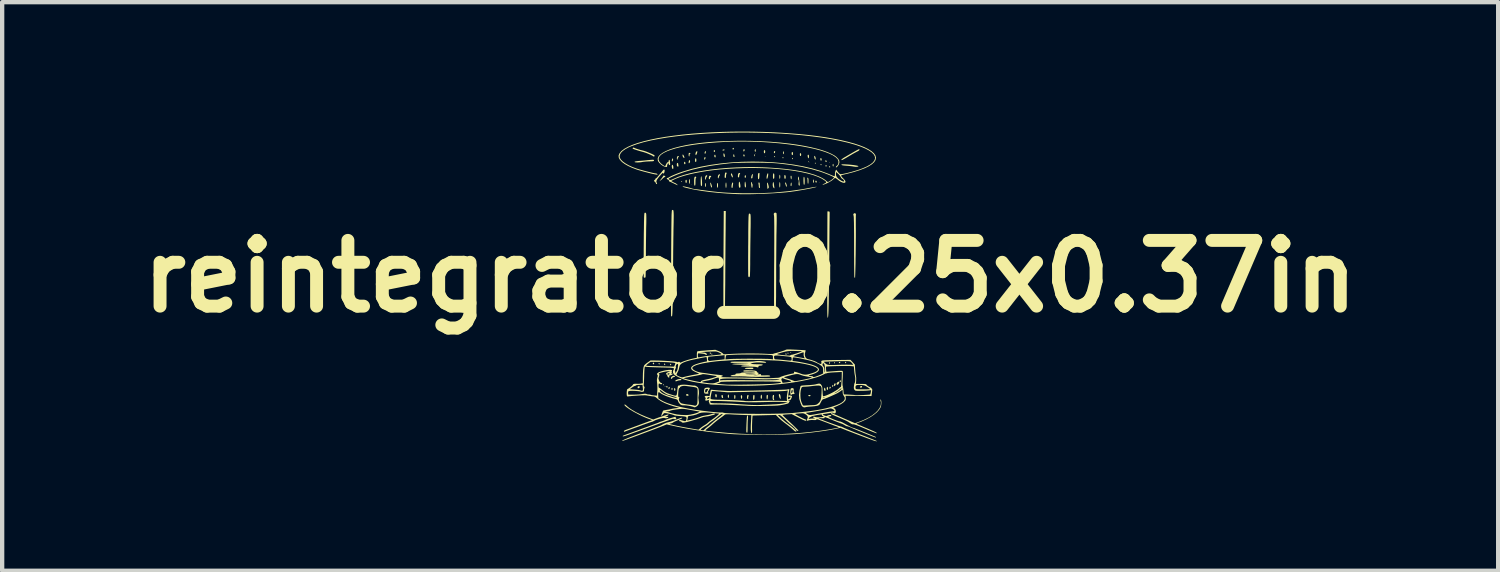
<source format=kicad_pcb>
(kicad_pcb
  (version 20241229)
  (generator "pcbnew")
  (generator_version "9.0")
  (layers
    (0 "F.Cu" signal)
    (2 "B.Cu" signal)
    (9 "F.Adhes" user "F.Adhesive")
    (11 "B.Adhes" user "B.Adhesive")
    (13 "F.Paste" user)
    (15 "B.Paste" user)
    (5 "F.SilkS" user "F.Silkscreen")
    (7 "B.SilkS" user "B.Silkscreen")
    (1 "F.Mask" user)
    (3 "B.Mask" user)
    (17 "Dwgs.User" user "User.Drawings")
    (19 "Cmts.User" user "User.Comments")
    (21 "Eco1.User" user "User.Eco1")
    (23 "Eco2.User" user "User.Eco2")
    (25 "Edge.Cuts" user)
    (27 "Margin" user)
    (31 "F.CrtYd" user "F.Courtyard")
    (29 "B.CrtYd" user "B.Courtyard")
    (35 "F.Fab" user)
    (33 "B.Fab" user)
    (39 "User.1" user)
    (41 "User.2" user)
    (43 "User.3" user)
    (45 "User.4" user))
  (footprint "reintegrator_0.25x0.37in"
    (layer "F.Cu")
    (at 14.34 3.357)
    (property "Reference" "reintegrator_0.25x0.37in" (at 0 0 0) (layer "F.SilkS") (effects (font (size 1.524 1.524) (thickness 0.3))))
    (attr board_only exclude_from_pos_files exclude_from_bom)
    (fp_poly (pts (xy -1.363 -2.129) (xy -1.368 -2.124) (xy -1.374 -2.129) (xy -1.368 -2.134)) (stroke (width 0) (type solid)) (fill yes) (layer "F.SilkS"))
    (fp_poly (pts (xy 0.127 -2.847) (xy 0.122 -2.842) (xy 0.116 -2.847) (xy 0.122 -2.853)) (stroke (width 0) (type solid)) (fill yes) (layer "F.SilkS"))
    (fp_poly (pts (xy 1.606 -2.182) (xy 1.601 -2.177) (xy 1.595 -2.182) (xy 1.601 -2.187)) (stroke (width 0) (type solid)) (fill yes) (layer "F.SilkS"))
    (fp_poly (pts (xy 0.356 -2.786) (xy 0.354 -2.78) (xy 0.349 -2.779) (xy 0.34 -2.783) (xy 0.342 -2.786) (xy 0.354 -2.787)) (stroke (width 0) (type solid)) (fill yes) (layer "F.SilkS"))
    (fp_poly (pts (xy 1.845 -2.638) (xy 1.844 -2.632) (xy 1.838 -2.631) (xy 1.83 -2.635) (xy 1.831 -2.638) (xy 1.844 -2.639)) (stroke (width 0) (type solid)) (fill yes) (layer "F.SilkS"))
    (fp_poly (pts (xy -2.105 2.013) (xy -2.094 2.027) (xy -2.099 2.037) (xy -2.107 2.039) (xy -2.122 2.031) (xy -2.124 2.022) (xy -2.118 2.011)) (stroke (width 0) (type solid)) (fill yes) (layer "F.SilkS"))
    (fp_poly (pts (xy -1.974 2.027) (xy -1.967 2.041) (xy -1.973 2.052) (xy -1.985 2.057) (xy -1.993 2.046) (xy -1.995 2.026) (xy -1.986 2.019)) (stroke (width 0) (type solid)) (fill yes) (layer "F.SilkS"))
    (fp_poly (pts (xy -1.836 2.028) (xy -1.83 2.042) (xy -1.834 2.058) (xy -1.844 2.06) (xy -1.857 2.053) (xy -1.858 2.044) (xy -1.849 2.028)) (stroke (width 0) (type solid)) (fill yes) (layer "F.SilkS"))
    (fp_poly (pts (xy -1.586 -2.21) (xy -1.581 -2.203) (xy -1.577 -2.189) (xy -1.584 -2.191) (xy -1.594 -2.197) (xy -1.602 -2.207) (xy -1.598 -2.212)) (stroke (width 0) (type solid)) (fill yes) (layer "F.SilkS"))
    (fp_poly (pts (xy 0.573 -2.781) (xy 0.581 -2.767) (xy 0.573 -2.763) (xy 0.56 -2.768) (xy 0.551 -2.78) (xy 0.553 -2.785) (xy 0.565 -2.786)) (stroke (width 0) (type solid)) (fill yes) (layer "F.SilkS"))
    (fp_poly (pts (xy 0.95 1.757) (xy 0.952 1.762) (xy 0.944 1.771) (xy 0.94 1.773) (xy 0.931 1.77) (xy 0.931 1.765) (xy 0.941 1.754)) (stroke (width 0) (type solid)) (fill yes) (layer "F.SilkS"))
    (fp_poly (pts (xy 1.354 -2.666) (xy 1.363 -2.658) (xy 1.372 -2.644) (xy 1.366 -2.644) (xy 1.353 -2.652) (xy 1.342 -2.663) (xy 1.343 -2.668)) (stroke (width 0) (type solid)) (fill yes) (layer "F.SilkS"))
    (fp_poly (pts (xy 1.854 -2.544) (xy 1.856 -2.531) (xy 1.845 -2.525) (xy 1.83 -2.534) (xy 1.828 -2.542) (xy 1.834 -2.554) (xy 1.84 -2.554)) (stroke (width 0) (type solid)) (fill yes) (layer "F.SilkS"))
    (fp_poly (pts (xy 2.082 1.987) (xy 2.091 1.998) (xy 2.086 2.007) (xy 2.072 2.012) (xy 2.061 2.004) (xy 2.055 1.988) (xy 2.064 1.981)) (stroke (width 0) (type solid)) (fill yes) (layer "F.SilkS"))
    (fp_poly (pts (xy -2.231 2.001) (xy -2.225 2.015) (xy -2.229 2.031) (xy -2.24 2.039) (xy -2.253 2.032) (xy -2.256 2.028) (xy -2.257 2.012) (xy -2.245 2.001)) (stroke (width 0) (type solid)) (fill yes) (layer "F.SilkS"))
    (fp_poly (pts (xy -1.999 2.51) (xy -1.997 2.515) (xy -2.005 2.525) (xy -2.007 2.525) (xy -2.021 2.518) (xy -2.023 2.515) (xy -2.021 2.506) (xy -2.013 2.504)) (stroke (width 0) (type solid)) (fill yes) (layer "F.SilkS"))
    (fp_poly (pts (xy -1.966 2.543) (xy -1.965 2.546) (xy -1.969 2.557) (xy -1.97 2.557) (xy -1.979 2.55) (xy -1.981 2.546) (xy -1.98 2.537) (xy -1.976 2.536)) (stroke (width 0) (type solid)) (fill yes) (layer "F.SilkS"))
    (fp_poly (pts (xy -1.916 2.554) (xy -1.914 2.56) (xy -1.919 2.576) (xy -1.927 2.578) (xy -1.941 2.569) (xy -1.944 2.556) (xy -1.939 2.541) (xy -1.927 2.54)) (stroke (width 0) (type solid)) (fill yes) (layer "F.SilkS"))
    (fp_poly (pts (xy -1.862 2.576) (xy -1.861 2.585) (xy -1.871 2.603) (xy -1.887 2.608) (xy -1.894 2.604) (xy -1.897 2.589) (xy -1.887 2.573) (xy -1.874 2.567)) (stroke (width 0) (type solid)) (fill yes) (layer "F.SilkS"))
    (fp_poly (pts (xy -1.802 2.592) (xy -1.798 2.607) (xy -1.801 2.626) (xy -1.812 2.631) (xy -1.825 2.624) (xy -1.826 2.607) (xy -1.819 2.589) (xy -1.812 2.583)) (stroke (width 0) (type solid)) (fill yes) (layer "F.SilkS"))
    (fp_poly (pts (xy -0.91 1.773) (xy -0.909 1.78) (xy -0.915 1.795) (xy -0.93 1.792) (xy -0.933 1.789) (xy -0.94 1.774) (xy -0.929 1.765) (xy -0.925 1.764)) (stroke (width 0) (type solid)) (fill yes) (layer "F.SilkS"))
    (fp_poly (pts (xy -0.876 1.799) (xy -0.875 1.801) (xy -0.884 1.814) (xy -0.887 1.815) (xy -0.896 1.81) (xy -0.898 1.801) (xy -0.893 1.788) (xy -0.887 1.788)) (stroke (width 0) (type solid)) (fill yes) (layer "F.SilkS"))
    (fp_poly (pts (xy -0.817 -2.918) (xy -0.814 -2.906) (xy -0.82 -2.888) (xy -0.829 -2.884) (xy -0.842 -2.893) (xy -0.845 -2.906) (xy -0.839 -2.923) (xy -0.829 -2.927)) (stroke (width 0) (type solid)) (fill yes) (layer "F.SilkS"))
    (fp_poly (pts (xy -0.596 -2.939) (xy -0.591 -2.932) (xy -0.6 -2.923) (xy -0.619 -2.918) (xy -0.639 -2.919) (xy -0.642 -2.929) (xy -0.631 -2.939) (xy -0.612 -2.942)) (stroke (width 0) (type solid)) (fill yes) (layer "F.SilkS"))
    (fp_poly (pts (xy -0.132 -2.815) (xy -0.129 -2.802) (xy -0.132 -2.783) (xy -0.142 -2.779) (xy -0.155 -2.788) (xy -0.158 -2.806) (xy -0.154 -2.825) (xy -0.143 -2.828)) (stroke (width 0) (type solid)) (fill yes) (layer "F.SilkS"))
    (fp_poly (pts (xy 0.113 -2.823) (xy 0.113 -2.811) (xy 0.107 -2.789) (xy 0.1 -2.783) (xy 0.095 -2.796) (xy 0.095 -2.803) (xy 0.098 -2.824) (xy 0.106 -2.832)) (stroke (width 0) (type solid)) (fill yes) (layer "F.SilkS"))
    (fp_poly (pts (xy 0.579 -2.898) (xy 0.579 -2.883) (xy 0.571 -2.861) (xy 0.56 -2.855) (xy 0.551 -2.866) (xy 0.549 -2.878) (xy 0.555 -2.9) (xy 0.566 -2.906)) (stroke (width 0) (type solid)) (fill yes) (layer "F.SilkS"))
    (fp_poly (pts (xy 0.77 -2.76) (xy 0.771 -2.752) (xy 0.766 -2.738) (xy 0.761 -2.737) (xy 0.751 -2.745) (xy 0.75 -2.752) (xy 0.756 -2.766) (xy 0.761 -2.768)) (stroke (width 0) (type solid)) (fill yes) (layer "F.SilkS"))
    (fp_poly (pts (xy 0.843 1.794) (xy 0.845 1.801) (xy 0.839 1.816) (xy 0.824 1.813) (xy 0.821 1.81) (xy 0.814 1.795) (xy 0.825 1.786) (xy 0.829 1.786)) (stroke (width 0) (type solid)) (fill yes) (layer "F.SilkS"))
    (fp_poly (pts (xy 0.889 1.777) (xy 0.889 1.78) (xy 0.881 1.793) (xy 0.878 1.794) (xy 0.868 1.789) (xy 0.866 1.78) (xy 0.872 1.767) (xy 0.878 1.767)) (stroke (width 0) (type solid)) (fill yes) (layer "F.SilkS"))
    (fp_poly (pts (xy 0.992 -2.739) (xy 0.993 -2.731) (xy 0.987 -2.717) (xy 0.983 -2.715) (xy 0.973 -2.724) (xy 0.972 -2.731) (xy 0.978 -2.745) (xy 0.983 -2.747)) (stroke (width 0) (type solid)) (fill yes) (layer "F.SilkS"))
    (fp_poly (pts (xy 1.511 -2.636) (xy 1.521 -2.623) (xy 1.521 -2.62) (xy 1.513 -2.61) (xy 1.511 -2.61) (xy 1.502 -2.618) (xy 1.5 -2.626) (xy 1.505 -2.637)) (stroke (width 0) (type solid)) (fill yes) (layer "F.SilkS"))
    (fp_poly (pts (xy 1.652 -2.733) (xy 1.657 -2.712) (xy 1.655 -2.69) (xy 1.644 -2.684) (xy 1.631 -2.692) (xy 1.627 -2.716) (xy 1.631 -2.739) (xy 1.641 -2.744)) (stroke (width 0) (type solid)) (fill yes) (layer "F.SilkS"))
    (fp_poly (pts (xy 1.657 -2.593) (xy 1.659 -2.589) (xy 1.65 -2.579) (xy 1.643 -2.578) (xy 1.629 -2.584) (xy 1.627 -2.589) (xy 1.636 -2.598) (xy 1.643 -2.599)) (stroke (width 0) (type solid)) (fill yes) (layer "F.SilkS"))
    (fp_poly (pts (xy 1.769 -2.678) (xy 1.774 -2.659) (xy 1.769 -2.653) (xy 1.759 -2.652) (xy 1.746 -2.661) (xy 1.743 -2.673) (xy 1.748 -2.691) (xy 1.76 -2.691)) (stroke (width 0) (type solid)) (fill yes) (layer "F.SilkS"))
    (fp_poly (pts (xy 1.773 -2.57) (xy 1.775 -2.562) (xy 1.767 -2.548) (xy 1.759 -2.546) (xy 1.745 -2.555) (xy 1.743 -2.562) (xy 1.752 -2.576) (xy 1.759 -2.578)) (stroke (width 0) (type solid)) (fill yes) (layer "F.SilkS"))
    (fp_poly (pts (xy 1.853 2.002) (xy 1.854 2.007) (xy 1.846 2.023) (xy 1.841 2.026) (xy 1.83 2.021) (xy 1.828 2.007) (xy 1.833 1.991) (xy 1.841 1.989)) (stroke (width 0) (type solid)) (fill yes) (layer "F.SilkS"))
    (fp_poly (pts (xy 1.929 2.526) (xy 1.928 2.542) (xy 1.919 2.555) (xy 1.907 2.565) (xy 1.902 2.559) (xy 1.902 2.543) (xy 1.906 2.521) (xy 1.917 2.515)) (stroke (width 0) (type solid)) (fill yes) (layer "F.SilkS"))
    (fp_poly (pts (xy 1.966 1.999) (xy 1.967 2.002) (xy 1.959 2.015) (xy 1.955 2.016) (xy 1.946 2.011) (xy 1.944 2.002) (xy 1.949 1.989) (xy 1.955 1.988)) (stroke (width 0) (type solid)) (fill yes) (layer "F.SilkS"))
    (fp_poly (pts (xy 2.101 2.418) (xy 2.103 2.43) (xy 2.097 2.448) (xy 2.085 2.45) (xy 2.076 2.441) (xy 2.075 2.423) (xy 2.086 2.41) (xy 2.093 2.409)) (stroke (width 0) (type solid)) (fill yes) (layer "F.SilkS"))
    (fp_poly (pts (xy 2.224 1.986) (xy 2.225 2.004) (xy 2.221 2.009) (xy 2.208 2.013) (xy 2.203 2.007) (xy 2.202 1.99) (xy 2.206 1.985) (xy 2.219 1.981)) (stroke (width 0) (type solid)) (fill yes) (layer "F.SilkS"))
    (fp_poly (pts (xy -1.516 -2.656) (xy -1.504 -2.642) (xy -1.5 -2.624) (xy -1.506 -2.604) (xy -1.516 -2.599) (xy -1.529 -2.609) (xy -1.532 -2.631) (xy -1.529 -2.652) (xy -1.52 -2.657)) (stroke (width 0) (type solid)) (fill yes) (layer "F.SilkS"))
    (fp_poly (pts (xy -0.38 -2.971) (xy -0.377 -2.965) (xy -0.379 -2.95) (xy -0.392 -2.942) (xy -0.406 -2.946) (xy -0.407 -2.948) (xy -0.408 -2.965) (xy -0.397 -2.978) (xy -0.391 -2.98)) (stroke (width 0) (type solid)) (fill yes) (layer "F.SilkS"))
    (fp_poly (pts (xy -0.129 -2.942) (xy -0.129 -2.924) (xy -0.133 -2.912) (xy -0.144 -2.896) (xy -0.154 -2.9) (xy -0.158 -2.921) (xy -0.158 -2.921) (xy -0.153 -2.943) (xy -0.143 -2.948)) (stroke (width 0) (type solid)) (fill yes) (layer "F.SilkS"))
    (fp_poly (pts (xy 1.54 -2.21) (xy 1.543 -2.198) (xy 1.538 -2.178) (xy 1.528 -2.171) (xy 1.518 -2.181) (xy 1.517 -2.183) (xy 1.511 -2.207) (xy 1.519 -2.218) (xy 1.527 -2.219)) (stroke (width 0) (type solid)) (fill yes) (layer "F.SilkS"))
    (fp_poly (pts (xy 1.868 2.565) (xy 1.87 2.571) (xy 1.863 2.59) (xy 1.854 2.599) (xy 1.843 2.606) (xy 1.839 2.596) (xy 1.838 2.585) (xy 1.844 2.562) (xy 1.854 2.557)) (stroke (width 0) (type solid)) (fill yes) (layer "F.SilkS"))
    (fp_poly (pts (xy 2.596 2.551) (xy 2.592 2.568) (xy 2.588 2.572) (xy 2.57 2.581) (xy 2.56 2.581) (xy 2.547 2.569) (xy 2.551 2.552) (xy 2.564 2.542) (xy 2.585 2.541)) (stroke (width 0) (type solid)) (fill yes) (layer "F.SilkS"))
    (fp_poly (pts (xy -2.562 2.552) (xy -2.557 2.562) (xy -2.564 2.577) (xy -2.581 2.59) (xy -2.598 2.594) (xy -2.603 2.592) (xy -2.609 2.577) (xy -2.61 2.566) (xy -2.602 2.55) (xy -2.583 2.546)) (stroke (width 0) (type solid)) (fill yes) (layer "F.SilkS"))
    (fp_poly (pts (xy -1.44 2.733) (xy -1.428 2.75) (xy -1.431 2.764) (xy -1.451 2.768) (xy -1.451 2.768) (xy -1.474 2.764) (xy -1.485 2.757) (xy -1.485 2.74) (xy -1.482 2.735) (xy -1.462 2.727)) (stroke (width 0) (type solid)) (fill yes) (layer "F.SilkS"))
    (fp_poly (pts (xy -1.037 -2.76) (xy -1.037 -2.741) (xy -1.043 -2.721) (xy -1.052 -2.708) (xy -1.054 -2.707) (xy -1.065 -2.712) (xy -1.067 -2.719) (xy -1.063 -2.745) (xy -1.053 -2.764) (xy -1.044 -2.768)) (stroke (width 0) (type solid)) (fill yes) (layer "F.SilkS"))
    (fp_poly (pts (xy -1.029 -2.903) (xy -1.026 -2.888) (xy -1.03 -2.867) (xy -1.038 -2.848) (xy -1.046 -2.842) (xy -1.055 -2.851) (xy -1.056 -2.861) (xy -1.052 -2.883) (xy -1.042 -2.899) (xy -1.032 -2.905)) (stroke (width 0) (type solid)) (fill yes) (layer "F.SilkS"))
    (fp_poly (pts (xy -0.807 -2.812) (xy -0.801 -2.79) (xy -0.801 -2.789) (xy -0.802 -2.766) (xy -0.811 -2.757) (xy -0.824 -2.766) (xy -0.829 -2.779) (xy -0.831 -2.803) (xy -0.822 -2.819) (xy -0.814 -2.821)) (stroke (width 0) (type solid)) (fill yes) (layer "F.SilkS"))
    (fp_poly (pts (xy -0.1 -2.335) (xy -0.098 -2.317) (xy -0.103 -2.297) (xy -0.113 -2.283) (xy -0.117 -2.282) (xy -0.124 -2.291) (xy -0.127 -2.314) (xy -0.127 -2.314) (xy -0.123 -2.338) (xy -0.113 -2.346)) (stroke (width 0) (type solid)) (fill yes) (layer "F.SilkS"))
    (fp_poly (pts (xy 0.129 -2.94) (xy 0.129 -2.916) (xy 0.125 -2.893) (xy 0.121 -2.886) (xy 0.114 -2.891) (xy 0.113 -2.891) (xy 0.106 -2.908) (xy 0.107 -2.929) (xy 0.114 -2.945) (xy 0.12 -2.948)) (stroke (width 0) (type solid)) (fill yes) (layer "F.SilkS"))
    (fp_poly (pts (xy 0.771 -2.9) (xy 0.779 -2.886) (xy 0.782 -2.863) (xy 0.779 -2.841) (xy 0.771 -2.832) (xy 0.764 -2.841) (xy 0.761 -2.864) (xy 0.761 -2.869) (xy 0.763 -2.893) (xy 0.77 -2.901)) (stroke (width 0) (type solid)) (fill yes) (layer "F.SilkS"))
    (fp_poly (pts (xy 1.168 -2.857) (xy 1.179 -2.842) (xy 1.183 -2.82) (xy 1.178 -2.796) (xy 1.168 -2.789) (xy 1.156 -2.797) (xy 1.152 -2.823) (xy 1.152 -2.826) (xy 1.154 -2.85) (xy 1.161 -2.858)) (stroke (width 0) (type solid)) (fill yes) (layer "F.SilkS"))
    (fp_poly (pts (xy 1.358 -2.814) (xy 1.363 -2.791) (xy 1.363 -2.779) (xy 1.36 -2.75) (xy 1.353 -2.737) (xy 1.344 -2.743) (xy 1.338 -2.76) (xy 1.332 -2.797) (xy 1.337 -2.817) (xy 1.347 -2.821)) (stroke (width 0) (type solid)) (fill yes) (layer "F.SilkS"))
    (fp_poly (pts (xy 1.39 2.751) (xy 1.401 2.761) (xy 1.395 2.773) (xy 1.377 2.779) (xy 1.374 2.779) (xy 1.354 2.774) (xy 1.347 2.768) (xy 1.349 2.757) (xy 1.364 2.75) (xy 1.384 2.749)) (stroke (width 0) (type solid)) (fill yes) (layer "F.SilkS"))
    (fp_poly (pts (xy 2.067 2.446) (xy 2.065 2.464) (xy 2.051 2.493) (xy 2.033 2.51) (xy 2.015 2.512) (xy 2.003 2.497) (xy 2.005 2.478) (xy 2.021 2.457) (xy 2.043 2.443) (xy 2.055 2.441)) (stroke (width 0) (type solid)) (fill yes) (layer "F.SilkS"))
    (fp_poly (pts (xy -1.741 2.597) (xy -1.737 2.604) (xy -1.733 2.627) (xy -1.738 2.646) (xy -1.748 2.655) (xy -1.751 2.655) (xy -1.76 2.643) (xy -1.764 2.622) (xy -1.763 2.601) (xy -1.756 2.589) (xy -1.754 2.589)) (stroke (width 0) (type solid)) (fill yes) (layer "F.SilkS"))
    (fp_poly (pts (xy -1.406 -2.695) (xy -1.4 -2.687) (xy -1.392 -2.665) (xy -1.398 -2.645) (xy -1.411 -2.625) (xy -1.421 -2.622) (xy -1.426 -2.637) (xy -1.426 -2.639) (xy -1.423 -2.664) (xy -1.42 -2.681) (xy -1.414 -2.698)) (stroke (width 0) (type solid)) (fill yes) (layer "F.SilkS"))
    (fp_poly (pts (xy -1.227 -2.901) (xy -1.225 -2.889) (xy -1.229 -2.866) (xy -1.238 -2.84) (xy -1.249 -2.819) (xy -1.259 -2.81) (xy -1.265 -2.82) (xy -1.268 -2.84) (xy -1.263 -2.867) (xy -1.251 -2.889) (xy -1.237 -2.902)) (stroke (width 0) (type solid)) (fill yes) (layer "F.SilkS"))
    (fp_poly (pts (xy -0.781 2.737) (xy -0.774 2.759) (xy -0.775 2.784) (xy -0.783 2.803) (xy -0.788 2.807) (xy -0.798 2.801) (xy -0.806 2.78) (xy -0.807 2.777) (xy -0.809 2.75) (xy -0.803 2.732) (xy -0.792 2.727)) (stroke (width 0) (type solid)) (fill yes) (layer "F.SilkS"))
    (fp_poly (pts (xy -0.749 -2.156) (xy -0.745 -2.126) (xy -0.745 -2.111) (xy -0.747 -2.074) (xy -0.753 -2.055) (xy -0.761 -2.056) (xy -0.767 -2.077) (xy -0.769 -2.108) (xy -0.768 -2.146) (xy -0.762 -2.164) (xy -0.758 -2.166)) (stroke (width 0) (type solid)) (fill yes) (layer "F.SilkS"))
    (fp_poly (pts (xy -0.637 2.756) (xy -0.634 2.767) (xy -0.631 2.794) (xy -0.628 2.804) (xy -0.628 2.819) (xy -0.637 2.821) (xy -0.654 2.812) (xy -0.659 2.804) (xy -0.665 2.776) (xy -0.662 2.754) (xy -0.65 2.747)) (stroke (width 0) (type solid)) (fill yes) (layer "F.SilkS"))
    (fp_poly (pts (xy -0.606 -2.849) (xy -0.603 -2.847) (xy -0.593 -2.827) (xy -0.588 -2.8) (xy -0.589 -2.777) (xy -0.596 -2.765) (xy -0.607 -2.769) (xy -0.615 -2.792) (xy -0.617 -2.802) (xy -0.62 -2.836) (xy -0.616 -2.852)) (stroke (width 0) (type solid)) (fill yes) (layer "F.SilkS"))
    (fp_poly (pts (xy -0.371 -2.823) (xy -0.37 -2.817) (xy -0.366 -2.793) (xy -0.363 -2.785) (xy -0.364 -2.771) (xy -0.374 -2.768) (xy -0.387 -2.776) (xy -0.391 -2.8) (xy -0.388 -2.822) (xy -0.38 -2.832) (xy -0.38 -2.832)) (stroke (width 0) (type solid)) (fill yes) (layer "F.SilkS"))
    (fp_poly (pts (xy -0.346 2.755) (xy -0.342 2.781) (xy -0.342 2.795) (xy -0.346 2.829) (xy -0.355 2.843) (xy -0.363 2.838) (xy -0.369 2.813) (xy -0.37 2.795) (xy -0.367 2.762) (xy -0.359 2.748) (xy -0.356 2.747)) (stroke (width 0) (type solid)) (fill yes) (layer "F.SilkS"))
    (fp_poly (pts (xy 0.407 2.752) (xy 0.411 2.768) (xy 0.41 2.796) (xy 0.405 2.832) (xy 0.397 2.85) (xy 0.388 2.848) (xy 0.382 2.827) (xy 0.38 2.801) (xy 0.382 2.768) (xy 0.387 2.751) (xy 0.397 2.747)) (stroke (width 0) (type solid)) (fill yes) (layer "F.SilkS"))
    (fp_poly (pts (xy 0.808 -2.349) (xy 0.82 -2.334) (xy 0.824 -2.302) (xy 0.821 -2.273) (xy 0.812 -2.262) (xy 0.808 -2.261) (xy 0.798 -2.267) (xy 0.793 -2.289) (xy 0.792 -2.308) (xy 0.794 -2.337) (xy 0.799 -2.35)) (stroke (width 0) (type solid)) (fill yes) (layer "F.SilkS"))
    (fp_poly (pts (xy 1.463 -2.247) (xy 1.471 -2.236) (xy 1.476 -2.214) (xy 1.478 -2.19) (xy 1.475 -2.171) (xy 1.47 -2.166) (xy 1.463 -2.175) (xy 1.457 -2.199) (xy 1.456 -2.208) (xy 1.456 -2.236) (xy 1.461 -2.247)) (stroke (width 0) (type solid)) (fill yes) (layer "F.SilkS"))
    (fp_poly (pts (xy 1.798 2.569) (xy 1.805 2.596) (xy 1.805 2.597) (xy 1.804 2.622) (xy 1.795 2.631) (xy 1.792 2.631) (xy 1.78 2.624) (xy 1.775 2.601) (xy 1.775 2.593) (xy 1.779 2.567) (xy 1.788 2.559)) (stroke (width 0) (type solid)) (fill yes) (layer "F.SilkS"))
    (fp_poly (pts (xy 1.981 2.484) (xy 1.985 2.491) (xy 1.979 2.51) (xy 1.976 2.519) (xy 1.963 2.542) (xy 1.952 2.544) (xy 1.945 2.527) (xy 1.944 2.515) (xy 1.947 2.491) (xy 1.96 2.483) (xy 1.965 2.483)) (stroke (width 0) (type solid)) (fill yes) (layer "F.SilkS"))
    (fp_poly (pts (xy -1.792 -2.579) (xy -1.783 -2.551) (xy -1.782 -2.544) (xy -1.781 -2.511) (xy -1.785 -2.492) (xy -1.794 -2.488) (xy -1.806 -2.502) (xy -1.815 -2.529) (xy -1.817 -2.557) (xy -1.813 -2.579) (xy -1.803 -2.589) (xy -1.803 -2.589)) (stroke (width 0) (type solid)) (fill yes) (layer "F.SilkS"))
    (fp_poly (pts (xy -1.789 -2.731) (xy -1.787 -2.711) (xy -1.787 -2.704) (xy -1.794 -2.679) (xy -1.804 -2.665) (xy -1.805 -2.665) (xy -1.814 -2.668) (xy -1.816 -2.688) (xy -1.815 -2.695) (xy -1.809 -2.72) (xy -1.799 -2.734) (xy -1.798 -2.734)) (stroke (width 0) (type solid)) (fill yes) (layer "F.SilkS"))
    (fp_poly (pts (xy -1.555 -2.822) (xy -1.541 -2.801) (xy -1.538 -2.795) (xy -1.526 -2.766) (xy -1.523 -2.752) (xy -1.527 -2.748) (xy -1.536 -2.747) (xy -1.549 -2.756) (xy -1.562 -2.778) (xy -1.563 -2.781) (xy -1.569 -2.81) (xy -1.565 -2.825)) (stroke (width 0) (type solid)) (fill yes) (layer "F.SilkS"))
    (fp_poly (pts (xy -1.473 -2.232) (xy -1.469 -2.206) (xy -1.469 -2.203) (xy -1.472 -2.176) (xy -1.483 -2.166) (xy -1.484 -2.166) (xy -1.496 -2.174) (xy -1.5 -2.2) (xy -1.5 -2.203) (xy -1.497 -2.23) (xy -1.486 -2.24) (xy -1.484 -2.24)) (stroke (width 0) (type solid)) (fill yes) (layer "F.SilkS"))
    (fp_poly (pts (xy -1.399 -2.25) (xy -1.395 -2.226) (xy -1.395 -2.204) (xy -1.396 -2.172) (xy -1.401 -2.15) (xy -1.405 -2.145) (xy -1.411 -2.154) (xy -1.415 -2.179) (xy -1.416 -2.197) (xy -1.414 -2.229) (xy -1.409 -2.251) (xy -1.405 -2.256)) (stroke (width 0) (type solid)) (fill yes) (layer "F.SilkS"))
    (fp_poly (pts (xy -1.252 -2.73) (xy -1.247 -2.706) (xy -1.247 -2.694) (xy -1.249 -2.665) (xy -1.258 -2.653) (xy -1.263 -2.652) (xy -1.274 -2.659) (xy -1.278 -2.682) (xy -1.278 -2.694) (xy -1.276 -2.724) (xy -1.267 -2.736) (xy -1.263 -2.737)) (stroke (width 0) (type solid)) (fill yes) (layer "F.SilkS"))
    (fp_poly (pts (xy -1.029 -2.157) (xy -1.025 -2.133) (xy -1.025 -2.118) (xy -1.027 -2.09) (xy -1.032 -2.073) (xy -1.035 -2.071) (xy -1.042 -2.08) (xy -1.046 -2.104) (xy -1.046 -2.118) (xy -1.044 -2.147) (xy -1.039 -2.164) (xy -1.035 -2.166)) (stroke (width 0) (type solid)) (fill yes) (layer "F.SilkS"))
    (fp_poly (pts (xy -0.554 -2.167) (xy -0.551 -2.142) (xy -0.549 -2.113) (xy -0.551 -2.079) (xy -0.555 -2.056) (xy -0.56 -2.05) (xy -0.566 -2.059) (xy -0.569 -2.085) (xy -0.571 -2.113) (xy -0.569 -2.147) (xy -0.565 -2.17) (xy -0.56 -2.177)) (stroke (width 0) (type solid)) (fill yes) (layer "F.SilkS"))
    (fp_poly (pts (xy -0.505 2.739) (xy -0.496 2.752) (xy -0.491 2.776) (xy -0.491 2.779) (xy -0.495 2.804) (xy -0.504 2.818) (xy -0.505 2.818) (xy -0.514 2.814) (xy -0.517 2.79) (xy -0.518 2.779) (xy -0.515 2.749) (xy -0.508 2.739)) (stroke (width 0) (type solid)) (fill yes) (layer "F.SilkS"))
    (fp_poly (pts (xy -0.424 -2.379) (xy -0.414 -2.357) (xy -0.406 -2.332) (xy -0.402 -2.309) (xy -0.401 -2.307) (xy -0.405 -2.293) (xy -0.415 -2.297) (xy -0.427 -2.316) (xy -0.436 -2.334) (xy -0.446 -2.366) (xy -0.444 -2.383) (xy -0.432 -2.388)) (stroke (width 0) (type solid)) (fill yes) (layer "F.SilkS"))
    (fp_poly (pts (xy -0.192 2.761) (xy -0.186 2.778) (xy -0.186 2.803) (xy -0.19 2.827) (xy -0.197 2.841) (xy -0.201 2.842) (xy -0.207 2.833) (xy -0.214 2.81) (xy -0.215 2.803) (xy -0.217 2.772) (xy -0.211 2.754) (xy -0.2 2.754)) (stroke (width 0) (type solid)) (fill yes) (layer "F.SilkS"))
    (fp_poly (pts (xy 0.267 2.751) (xy 0.272 2.773) (xy 0.273 2.8) (xy 0.27 2.824) (xy 0.265 2.835) (xy 0.254 2.838) (xy 0.248 2.829) (xy 0.244 2.807) (xy 0.245 2.78) (xy 0.249 2.755) (xy 0.257 2.742) (xy 0.259 2.742)) (stroke (width 0) (type solid)) (fill yes) (layer "F.SilkS"))
    (fp_poly (pts (xy 0.345 -2.919) (xy 0.349 -2.893) (xy 0.349 -2.89) (xy 0.345 -2.862) (xy 0.334 -2.853) (xy 0.333 -2.853) (xy 0.321 -2.861) (xy 0.317 -2.886) (xy 0.317 -2.89) (xy 0.32 -2.917) (xy 0.331 -2.927) (xy 0.333 -2.927)) (stroke (width 0) (type solid)) (fill yes) (layer "F.SilkS"))
    (fp_poly (pts (xy 0.692 -2.177) (xy 0.696 -2.152) (xy 0.697 -2.124) (xy 0.696 -2.09) (xy 0.692 -2.067) (xy 0.687 -2.06) (xy 0.681 -2.07) (xy 0.677 -2.095) (xy 0.676 -2.124) (xy 0.678 -2.157) (xy 0.682 -2.18) (xy 0.687 -2.187)) (stroke (width 0) (type solid)) (fill yes) (layer "F.SilkS"))
    (fp_poly (pts (xy 0.693 -2.347) (xy 0.697 -2.323) (xy 0.697 -2.309) (xy 0.695 -2.28) (xy 0.69 -2.263) (xy 0.687 -2.261) (xy 0.68 -2.271) (xy 0.677 -2.294) (xy 0.676 -2.309) (xy 0.678 -2.337) (xy 0.684 -2.354) (xy 0.687 -2.356)) (stroke (width 0) (type solid)) (fill yes) (layer "F.SilkS"))
    (fp_poly (pts (xy 0.958 -2.325) (xy 0.961 -2.297) (xy 0.961 -2.293) (xy 0.959 -2.266) (xy 0.954 -2.252) (xy 0.952 -2.25) (xy 0.945 -2.26) (xy 0.94 -2.283) (xy 0.939 -2.293) (xy 0.938 -2.323) (xy 0.945 -2.335) (xy 0.948 -2.335)) (stroke (width 0) (type solid)) (fill yes) (layer "F.SilkS"))
    (fp_poly (pts (xy 0.958 -2.167) (xy 0.961 -2.144) (xy 0.961 -2.134) (xy 0.958 -2.104) (xy 0.949 -2.092) (xy 0.948 -2.092) (xy 0.939 -2.1) (xy 0.938 -2.126) (xy 0.939 -2.134) (xy 0.943 -2.161) (xy 0.95 -2.175) (xy 0.952 -2.177)) (stroke (width 0) (type solid)) (fill yes) (layer "F.SilkS"))
    (fp_poly (pts (xy 0.989 -2.876) (xy 0.993 -2.851) (xy 0.993 -2.847) (xy 0.99 -2.82) (xy 0.979 -2.811) (xy 0.977 -2.81) (xy 0.966 -2.819) (xy 0.962 -2.844) (xy 0.961 -2.847) (xy 0.965 -2.875) (xy 0.976 -2.884) (xy 0.977 -2.884)) (stroke (width 0) (type solid)) (fill yes) (layer "F.SilkS"))
    (fp_poly (pts (xy 1.502 -2.788) (xy 1.512 -2.766) (xy 1.516 -2.751) (xy 1.52 -2.721) (xy 1.517 -2.709) (xy 1.507 -2.712) (xy 1.504 -2.713) (xy 1.495 -2.728) (xy 1.488 -2.754) (xy 1.487 -2.76) (xy 1.486 -2.786) (xy 1.492 -2.795)) (stroke (width 0) (type solid)) (fill yes) (layer "F.SilkS"))
    (fp_poly (pts (xy 1.739 2.594) (xy 1.747 2.623) (xy 1.747 2.623) (xy 1.75 2.644) (xy 1.741 2.651) (xy 1.733 2.652) (xy 1.717 2.647) (xy 1.712 2.628) (xy 1.712 2.621) (xy 1.715 2.597) (xy 1.721 2.584) (xy 1.731 2.582)) (stroke (width 0) (type solid)) (fill yes) (layer "F.SilkS"))
    (fp_poly (pts (xy 1.93 -2.601) (xy 1.934 -2.578) (xy 1.934 -2.578) (xy 1.93 -2.556) (xy 1.923 -2.546) (xy 1.923 -2.546) (xy 1.916 -2.556) (xy 1.912 -2.578) (xy 1.912 -2.578) (xy 1.915 -2.6) (xy 1.923 -2.61) (xy 1.923 -2.61)) (stroke (width 0) (type solid)) (fill yes) (layer "F.SilkS"))
    (fp_poly (pts (xy -1.653 -2.785) (xy -1.649 -2.775) (xy -1.664 -2.764) (xy -1.676 -2.75) (xy -1.68 -2.732) (xy -1.684 -2.712) (xy -1.691 -2.705) (xy -1.698 -2.714) (xy -1.699 -2.738) (xy -1.699 -2.744) (xy -1.694 -2.772) (xy -1.683 -2.785) (xy -1.672 -2.787)) (stroke (width 0) (type solid)) (fill yes) (layer "F.SilkS"))
    (fp_poly (pts (xy -0.995 -2.339) (xy -0.997 -2.323) (xy -1.009 -2.307) (xy -1.022 -2.284) (xy -1.025 -2.266) (xy -1.029 -2.246) (xy -1.035 -2.24) (xy -1.042 -2.249) (xy -1.046 -2.272) (xy -1.046 -2.28) (xy -1.04 -2.318) (xy -1.024 -2.34) (xy -1.007 -2.346)) (stroke (width 0) (type solid)) (fill yes) (layer "F.SilkS"))
    (fp_poly (pts (xy -0.917 -2.171) (xy -0.906 -2.152) (xy -0.895 -2.121) (xy -0.89 -2.105) (xy -0.884 -2.076) (xy -0.886 -2.063) (xy -0.893 -2.06) (xy -0.903 -2.07) (xy -0.914 -2.096) (xy -0.919 -2.115) (xy -0.924 -2.146) (xy -0.927 -2.167) (xy -0.926 -2.173)) (stroke (width 0) (type solid)) (fill yes) (layer "F.SilkS"))
    (fp_poly (pts (xy -0.699 -2.362) (xy -0.702 -2.347) (xy -0.714 -2.33) (xy -0.726 -2.306) (xy -0.729 -2.291) (xy -0.734 -2.275) (xy -0.74 -2.272) (xy -0.747 -2.281) (xy -0.75 -2.299) (xy -0.745 -2.332) (xy -0.732 -2.356) (xy -0.714 -2.367) (xy -0.713 -2.367)) (stroke (width 0) (type solid)) (fill yes) (layer "F.SilkS"))
    (fp_poly (pts (xy -0.238 -2.174) (xy -0.23 -2.134) (xy -0.229 -2.129) (xy -0.225 -2.087) (xy -0.229 -2.063) (xy -0.241 -2.055) (xy -0.251 -2.057) (xy -0.259 -2.071) (xy -0.264 -2.106) (xy -0.264 -2.131) (xy -0.262 -2.172) (xy -0.256 -2.193) (xy -0.247 -2.194)) (stroke (width 0) (type solid)) (fill yes) (layer "F.SilkS"))
    (fp_poly (pts (xy -0.112 -2.188) (xy -0.106 -2.165) (xy -0.101 -2.134) (xy -0.098 -2.103) (xy -0.099 -2.079) (xy -0.101 -2.07) (xy -0.112 -2.06) (xy -0.121 -2.069) (xy -0.126 -2.097) (xy -0.127 -2.129) (xy -0.126 -2.164) (xy -0.122 -2.189) (xy -0.118 -2.198)) (stroke (width 0) (type solid)) (fill yes) (layer "F.SilkS"))
    (fp_poly (pts (xy -0.045 2.751) (xy -0.04 2.756) (xy -0.034 2.771) (xy -0.04 2.782) (xy -0.047 2.802) (xy -0.046 2.819) (xy -0.045 2.837) (xy -0.057 2.842) (xy -0.069 2.836) (xy -0.073 2.816) (xy -0.074 2.801) (xy -0.07 2.768) (xy -0.06 2.751)) (stroke (width 0) (type solid)) (fill yes) (layer "F.SilkS"))
    (fp_poly (pts (xy 0.689 2.734) (xy 0.697 2.749) (xy 0.703 2.774) (xy 0.706 2.803) (xy 0.706 2.828) (xy 0.702 2.841) (xy 0.7 2.842) (xy 0.692 2.833) (xy 0.681 2.81) (xy 0.674 2.792) (xy 0.665 2.757) (xy 0.665 2.735) (xy 0.674 2.727)) (stroke (width 0) (type solid)) (fill yes) (layer "F.SilkS"))
    (fp_poly (pts (xy 0.828 -2.167) (xy 0.839 -2.145) (xy 0.847 -2.117) (xy 0.85 -2.092) (xy 0.846 -2.078) (xy 0.837 -2.081) (xy 0.828 -2.101) (xy 0.824 -2.114) (xy 0.815 -2.144) (xy 0.808 -2.165) (xy 0.807 -2.169) (xy 0.81 -2.176) (xy 0.817 -2.177)) (stroke (width 0) (type solid)) (fill yes) (layer "F.SilkS"))
    (fp_poly (pts (xy -1.747 2.31) (xy -1.743 2.319) (xy -1.753 2.332) (xy -1.771 2.335) (xy -1.795 2.342) (xy -1.804 2.356) (xy -1.814 2.373) (xy -1.828 2.376) (xy -1.838 2.364) (xy -1.838 2.357) (xy -1.83 2.336) (xy -1.815 2.32) (xy -1.789 2.307) (xy -1.764 2.304)) (stroke (width 0) (type solid)) (fill yes) (layer "F.SilkS"))
    (fp_poly (pts (xy -1.672 -2.622) (xy -1.669 -2.612) (xy -1.666 -2.587) (xy -1.663 -2.57) (xy -1.662 -2.551) (xy -1.672 -2.546) (xy -1.69 -2.551) (xy -1.694 -2.553) (xy -1.699 -2.568) (xy -1.701 -2.594) (xy -1.701 -2.596) (xy -1.697 -2.622) (xy -1.685 -2.631) (xy -1.685 -2.631)) (stroke (width 0) (type solid)) (fill yes) (layer "F.SilkS"))
    (fp_poly (pts (xy -0.926 -2.333) (xy -0.908 -2.324) (xy -0.903 -2.314) (xy -0.91 -2.301) (xy -0.917 -2.301) (xy -0.927 -2.294) (xy -0.93 -2.277) (xy -0.934 -2.256) (xy -0.945 -2.251) (xy -0.956 -2.261) (xy -0.959 -2.279) (xy -0.956 -2.304) (xy -0.948 -2.327) (xy -0.933 -2.334)) (stroke (width 0) (type solid)) (fill yes) (layer "F.SilkS"))
    (fp_poly (pts (xy -0.397 -2.172) (xy -0.395 -2.154) (xy -0.398 -2.132) (xy -0.403 -2.099) (xy -0.406 -2.073) (xy -0.406 -2.068) (xy -0.412 -2.053) (xy -0.42 -2.05) (xy -0.43 -2.059) (xy -0.433 -2.074) (xy -0.43 -2.114) (xy -0.423 -2.148) (xy -0.414 -2.171) (xy -0.405 -2.177)) (stroke (width 0) (type solid)) (fill yes) (layer "F.SilkS"))
    (fp_poly (pts (xy 0.416 -2.387) (xy 0.419 -2.373) (xy 0.417 -2.346) (xy 0.412 -2.314) (xy 0.404 -2.285) (xy 0.396 -2.266) (xy 0.392 -2.263) (xy 0.384 -2.264) (xy 0.381 -2.278) (xy 0.382 -2.309) (xy 0.383 -2.313) (xy 0.389 -2.349) (xy 0.398 -2.376) (xy 0.409 -2.389)) (stroke (width 0) (type solid)) (fill yes) (layer "F.SilkS"))
    (fp_poly (pts (xy -1.599 2.382) (xy -1.595 2.392) (xy -1.602 2.405) (xy -1.626 2.409) (xy -1.63 2.409) (xy -1.664 2.414) (xy -1.692 2.424) (xy -1.716 2.432) (xy -1.733 2.43) (xy -1.737 2.42) (xy -1.724 2.407) (xy -1.7 2.395) (xy -1.668 2.384) (xy -1.643 2.38) (xy -1.613 2.378)) (stroke (width 0) (type solid)) (fill yes) (layer "F.SilkS"))
    (fp_poly (pts (xy -0.236 -2.391) (xy -0.232 -2.383) (xy -0.238 -2.369) (xy -0.243 -2.367) (xy -0.25 -2.357) (xy -0.253 -2.335) (xy -0.254 -2.33) (xy -0.257 -2.302) (xy -0.268 -2.293) (xy -0.269 -2.293) (xy -0.282 -2.302) (xy -0.285 -2.322) (xy -0.281 -2.366) (xy -0.269 -2.391) (xy -0.252 -2.398)) (stroke (width 0) (type solid)) (fill yes) (layer "F.SilkS"))
    (fp_poly (pts (xy 0.063 -2.369) (xy 0.061 -2.347) (xy 0.06 -2.34) (xy 0.055 -2.31) (xy 0.053 -2.288) (xy 0.053 -2.285) (xy 0.044 -2.273) (xy 0.036 -2.272) (xy 0.025 -2.275) (xy 0.023 -2.29) (xy 0.026 -2.311) (xy 0.035 -2.342) (xy 0.048 -2.365) (xy 0.05 -2.367) (xy 0.06 -2.375)) (stroke (width 0) (type solid)) (fill yes) (layer "F.SilkS"))
    (fp_poly (pts (xy 0.096 2.751) (xy 0.1 2.764) (xy 0.102 2.793) (xy 0.101 2.801) (xy 0.099 2.834) (xy 0.092 2.856) (xy 0.088 2.86) (xy 0.074 2.859) (xy 0.072 2.856) (xy 0.069 2.841) (xy 0.068 2.813) (xy 0.068 2.8) (xy 0.071 2.768) (xy 0.079 2.752) (xy 0.086 2.749)) (stroke (width 0) (type solid)) (fill yes) (layer "F.SilkS"))
    (fp_poly (pts (xy 0.216 -2.171) (xy 0.221 -2.153) (xy 0.222 -2.13) (xy 0.223 -2.097) (xy 0.227 -2.072) (xy 0.228 -2.066) (xy 0.227 -2.052) (xy 0.218 -2.05) (xy 0.204 -2.058) (xy 0.201 -2.08) (xy 0.199 -2.114) (xy 0.194 -2.144) (xy 0.192 -2.167) (xy 0.199 -2.176) (xy 0.205 -2.177)) (stroke (width 0) (type solid)) (fill yes) (layer "F.SilkS"))
    (fp_poly (pts (xy 0.552 2.754) (xy 0.555 2.776) (xy 0.55 2.797) (xy 0.547 2.828) (xy 0.553 2.841) (xy 0.558 2.856) (xy 0.553 2.864) (xy 0.539 2.868) (xy 0.53 2.86) (xy 0.523 2.842) (xy 0.52 2.814) (xy 0.521 2.784) (xy 0.526 2.76) (xy 0.534 2.747) (xy 0.535 2.747)) (stroke (width 0) (type solid)) (fill yes) (layer "F.SilkS"))
    (fp_poly (pts (xy 1.335 -2.286) (xy 1.345 -2.278) (xy 1.351 -2.257) (xy 1.352 -2.222) (xy 1.352 -2.212) (xy 1.351 -2.177) (xy 1.347 -2.153) (xy 1.342 -2.145) (xy 1.336 -2.154) (xy 1.332 -2.179) (xy 1.331 -2.202) (xy 1.33 -2.238) (xy 1.327 -2.266) (xy 1.325 -2.276) (xy 1.324 -2.288)) (stroke (width 0) (type solid)) (fill yes) (layer "F.SilkS"))
    (fp_poly (pts (xy -1.388 -2.859) (xy -1.384 -2.853) (xy -1.392 -2.842) (xy -1.395 -2.842) (xy -1.402 -2.833) (xy -1.405 -2.811) (xy -1.405 -2.81) (xy -1.408 -2.788) (xy -1.416 -2.779) (xy -1.416 -2.779) (xy -1.422 -2.788) (xy -1.426 -2.812) (xy -1.426 -2.821) (xy -1.425 -2.849) (xy -1.417 -2.861) (xy -1.405 -2.863)) (stroke (width 0) (type solid)) (fill yes) (layer "F.SilkS"))
    (fp_poly (pts (xy -1.132 -2.32) (xy -1.126 -2.298) (xy -1.121 -2.256) (xy -1.118 -2.227) (xy -1.115 -2.169) (xy -1.115 -2.129) (xy -1.119 -2.105) (xy -1.127 -2.094) (xy -1.134 -2.092) (xy -1.14 -2.1) (xy -1.144 -2.124) (xy -1.146 -2.166) (xy -1.146 -2.208) (xy -1.145 -2.265) (xy -1.142 -2.303) (xy -1.137 -2.321)) (stroke (width 0) (type solid)) (fill yes) (layer "F.SilkS"))
    (fp_poly (pts (xy 0.215 -2.397) (xy 0.216 -2.385) (xy 0.216 -2.358) (xy 0.214 -2.322) (xy 0.214 -2.322) (xy 0.21 -2.28) (xy 0.204 -2.257) (xy 0.197 -2.251) (xy 0.187 -2.258) (xy 0.183 -2.271) (xy 0.18 -2.299) (xy 0.18 -2.327) (xy 0.181 -2.365) (xy 0.187 -2.387) (xy 0.196 -2.395) (xy 0.212 -2.398)) (stroke (width 0) (type solid)) (fill yes) (layer "F.SilkS"))
    (fp_poly (pts (xy 0.544 -2.178) (xy 0.549 -2.153) (xy 0.552 -2.132) (xy 0.556 -2.097) (xy 0.559 -2.07) (xy 0.561 -2.062) (xy 0.562 -2.045) (xy 0.554 -2.043) (xy 0.542 -2.054) (xy 0.531 -2.074) (xy 0.53 -2.076) (xy 0.524 -2.103) (xy 0.523 -2.135) (xy 0.526 -2.164) (xy 0.533 -2.183) (xy 0.539 -2.187)) (stroke (width 0) (type solid)) (fill yes) (layer "F.SilkS"))
    (fp_poly (pts (xy 0.553 -2.383) (xy 0.558 -2.366) (xy 0.56 -2.332) (xy 0.56 -2.324) (xy 0.559 -2.288) (xy 0.554 -2.268) (xy 0.546 -2.261) (xy 0.544 -2.261) (xy 0.535 -2.266) (xy 0.53 -2.283) (xy 0.528 -2.317) (xy 0.528 -2.324) (xy 0.53 -2.361) (xy 0.534 -2.381) (xy 0.542 -2.388) (xy 0.544 -2.388)) (stroke (width 0) (type solid)) (fill yes) (layer "F.SilkS"))
    (fp_poly (pts (xy 1.257 -2.295) (xy 1.262 -2.264) (xy 1.264 -2.213) (xy 1.263 -2.166) (xy 1.261 -2.138) (xy 1.256 -2.125) (xy 1.248 -2.127) (xy 1.243 -2.131) (xy 1.24 -2.144) (xy 1.238 -2.173) (xy 1.236 -2.212) (xy 1.236 -2.226) (xy 1.237 -2.27) (xy 1.24 -2.297) (xy 1.245 -2.308) (xy 1.249 -2.308)) (stroke (width 0) (type solid)) (fill yes) (layer "F.SilkS"))
    (fp_poly (pts (xy -0.554 -2.405) (xy -0.553 -2.405) (xy -0.542 -2.396) (xy -0.548 -2.385) (xy -0.555 -2.368) (xy -0.56 -2.338) (xy -0.56 -2.328) (xy -0.562 -2.298) (xy -0.569 -2.284) (xy -0.577 -2.282) (xy -0.587 -2.286) (xy -0.591 -2.299) (xy -0.591 -2.326) (xy -0.589 -2.34) (xy -0.585 -2.379) (xy -0.579 -2.401) (xy -0.569 -2.408)) (stroke (width 0) (type solid)) (fill yes) (layer "F.SilkS"))
    (fp_poly (pts (xy 0.04 -2.178) (xy 0.042 -2.167) (xy 0.046 -2.148) (xy 0.051 -2.143) (xy 0.055 -2.132) (xy 0.056 -2.109) (xy 0.053 -2.082) (xy 0.049 -2.059) (xy 0.043 -2.05) (xy 0.043 -2.05) (xy 0.037 -2.059) (xy 0.03 -2.083) (xy 0.028 -2.099) (xy 0.023 -2.144) (xy 0.022 -2.171) (xy 0.026 -2.185) (xy 0.032 -2.187)) (stroke (width 0) (type solid)) (fill yes) (layer "F.SilkS"))
    (fp_poly (pts (xy 0.404 -2.167) (xy 0.414 -2.145) (xy 0.422 -2.119) (xy 0.43 -2.085) (xy 0.432 -2.065) (xy 0.428 -2.051) (xy 0.42 -2.042) (xy 0.406 -2.03) (xy 0.401 -2.029) (xy 0.4 -2.042) (xy 0.398 -2.068) (xy 0.397 -2.087) (xy 0.394 -2.121) (xy 0.391 -2.148) (xy 0.39 -2.155) (xy 0.392 -2.171) (xy 0.396 -2.175)) (stroke (width 0) (type solid)) (fill yes) (layer "F.SilkS"))
    (fp_poly (pts (xy 0.053 2.116) (xy 0.069 2.119) (xy 0.074 2.126) (xy 0.074 2.128) (xy 0.073 2.138) (xy 0.067 2.144) (xy 0.053 2.148) (xy 0.026 2.149) (xy -0.016 2.148) (xy -0.035 2.147) (xy -0.083 2.145) (xy -0.112 2.141) (xy -0.124 2.135) (xy -0.124 2.131) (xy -0.111 2.124) (xy -0.077 2.118) (xy -0.023 2.115) (xy 0.024 2.114)) (stroke (width 0) (type solid)) (fill yes) (layer "F.SilkS"))
    (fp_poly (pts (xy -1.994 -2.337) (xy -1.986 -2.332) (xy -1.968 -2.317) (xy -1.967 -2.306) (xy -1.979 -2.303) (xy -1.995 -2.296) (xy -2.016 -2.279) (xy -2.019 -2.276) (xy -2.047 -2.25) (xy -2.076 -2.226) (xy -2.093 -2.214) (xy -2.099 -2.212) (xy -2.092 -2.222) (xy -2.073 -2.247) (xy -2.07 -2.251) (xy -2.046 -2.281) (xy -2.027 -2.309) (xy -2.019 -2.322) (xy -2.008 -2.338)) (stroke (width 0) (type solid)) (fill yes) (layer "F.SilkS"))
    (fp_poly (pts (xy -1.257 -2.308) (xy -1.249 -2.296) (xy -1.253 -2.286) (xy -1.255 -2.285) (xy -1.263 -2.271) (xy -1.267 -2.237) (xy -1.268 -2.192) (xy -1.269 -2.144) (xy -1.273 -2.115) (xy -1.279 -2.103) (xy -1.29 -2.107) (xy -1.293 -2.11) (xy -1.296 -2.123) (xy -1.298 -2.152) (xy -1.299 -2.189) (xy -1.299 -2.228) (xy -1.297 -2.264) (xy -1.293 -2.288) (xy -1.293 -2.29) (xy -1.283 -2.309) (xy -1.273 -2.314)) (stroke (width 0) (type solid)) (fill yes) (layer "F.SilkS"))
    (fp_poly (pts (xy 1.124 -2.304) (xy 1.13 -2.279) (xy 1.134 -2.251) (xy 1.139 -2.208) (xy 1.145 -2.166) (xy 1.147 -2.146) (xy 1.15 -2.115) (xy 1.144 -2.103) (xy 1.142 -2.103) (xy 1.128 -2.111) (xy 1.124 -2.119) (xy 1.121 -2.138) (xy 1.123 -2.169) (xy 1.125 -2.181) (xy 1.127 -2.214) (xy 1.122 -2.233) (xy 1.12 -2.234) (xy 1.113 -2.247) (xy 1.11 -2.27) (xy 1.11 -2.294) (xy 1.114 -2.311) (xy 1.118 -2.314)) (stroke (width 0) (type solid)) (fill yes) (layer "F.SilkS"))
    (fp_poly (pts (xy -0.052 3.238) (xy -0.05 3.27) (xy -0.053 3.312) (xy -0.056 3.355) (xy -0.058 3.411) (xy -0.059 3.47) (xy -0.059 3.505) (xy -0.06 3.563) (xy -0.062 3.601) (xy -0.066 3.62) (xy -0.07 3.624) (xy -0.084 3.616) (xy -0.088 3.61) (xy -0.089 3.594) (xy -0.09 3.562) (xy -0.089 3.519) (xy -0.087 3.467) (xy -0.085 3.412) (xy -0.082 3.357) (xy -0.079 3.306) (xy -0.076 3.265) (xy -0.073 3.237) (xy -0.07 3.226) (xy -0.059 3.222)) (stroke (width 0) (type solid)) (fill yes) (layer "F.SilkS"))
    (fp_poly (pts (xy 2.202 -2.597) (xy 2.215 -2.596) (xy 2.278 -2.593) (xy 2.339 -2.587) (xy 2.396 -2.581) (xy 2.445 -2.573) (xy 2.483 -2.566) (xy 2.506 -2.558) (xy 2.511 -2.553) (xy 2.498 -2.544) (xy 2.47 -2.54) (xy 2.431 -2.541) (xy 2.388 -2.548) (xy 2.357 -2.553) (xy 2.311 -2.558) (xy 2.26 -2.563) (xy 2.23 -2.565) (xy 2.174 -2.57) (xy 2.137 -2.576) (xy 2.118 -2.583) (xy 2.116 -2.587) (xy 2.117 -2.593) (xy 2.131 -2.597) (xy 2.158 -2.598)) (stroke (width 0) (type solid)) (fill yes) (layer "F.SilkS"))
    (fp_poly (pts (xy -2.24 -2.702) (xy -2.232 -2.698) (xy -2.23 -2.691) (xy -2.229 -2.686) (xy -2.232 -2.678) (xy -2.241 -2.672) (xy -2.261 -2.669) (xy -2.295 -2.667) (xy -2.338 -2.666) (xy -2.39 -2.664) (xy -2.439 -2.66) (xy -2.479 -2.656) (xy -2.494 -2.653) (xy -2.531 -2.646) (xy -2.573 -2.643) (xy -2.614 -2.641) (xy -2.649 -2.643) (xy -2.673 -2.647) (xy -2.681 -2.654) (xy -2.681 -2.655) (xy -2.668 -2.663) (xy -2.636 -2.669) (xy -2.588 -2.675) (xy -2.536 -2.679) (xy -2.474 -2.684) (xy -2.412 -2.69) (xy -2.388 -2.693) (xy -2.327 -2.699) (xy -2.284 -2.702) (xy -2.256 -2.704)) (stroke (width 0) (type solid)) (fill yes) (layer "F.SilkS"))
    (fp_poly (pts (xy 2.536 -2.943) (xy 2.534 -2.931) (xy 2.518 -2.915) (xy 2.492 -2.9) (xy 2.491 -2.899) (xy 2.463 -2.885) (xy 2.423 -2.863) (xy 2.377 -2.838) (xy 2.351 -2.822) (xy 2.278 -2.779) (xy 2.221 -2.745) (xy 2.178 -2.721) (xy 2.148 -2.705) (xy 2.128 -2.697) (xy 2.118 -2.695) (xy 2.114 -2.699) (xy 2.116 -2.707) (xy 2.127 -2.719) (xy 2.151 -2.737) (xy 2.177 -2.754) (xy 2.208 -2.771) (xy 2.251 -2.797) (xy 2.302 -2.827) (xy 2.356 -2.858) (xy 2.371 -2.867) (xy 2.42 -2.895) (xy 2.463 -2.919) (xy 2.497 -2.937) (xy 2.518 -2.947) (xy 2.522 -2.948)) (stroke (width 0) (type solid)) (fill yes) (layer "F.SilkS"))
    (fp_poly (pts (xy -2.694 -2.984) (xy -2.692 -2.983) (xy -2.673 -2.973) (xy -2.639 -2.96) (xy -2.596 -2.946) (xy -2.549 -2.932) (xy -2.503 -2.921) (xy -2.487 -2.917) (xy -2.457 -2.909) (xy -2.415 -2.895) (xy -2.367 -2.876) (xy -2.319 -2.856) (xy -2.275 -2.837) (xy -2.24 -2.82) (xy -2.222 -2.808) (xy -2.213 -2.794) (xy -2.214 -2.788) (xy -2.228 -2.78) (xy -2.246 -2.781) (xy -2.252 -2.787) (xy -2.264 -2.796) (xy -2.291 -2.81) (xy -2.328 -2.827) (xy -2.37 -2.845) (xy -2.413 -2.862) (xy -2.452 -2.875) (xy -2.472 -2.881) (xy -2.534 -2.898) (xy -2.592 -2.915) (xy -2.644 -2.931) (xy -2.685 -2.945) (xy -2.713 -2.956) (xy -2.723 -2.962) (xy -2.723 -2.976) (xy -2.711 -2.986)) (stroke (width 0) (type solid)) (fill yes) (layer "F.SilkS"))
    (fp_poly (pts (xy 0.988 2.591) (xy 1.006 2.601) (xy 1.008 2.605) (xy 1.01 2.628) (xy 1.008 2.648) (xy 1.01 2.679) (xy 1.019 2.694) (xy 1.031 2.709) (xy 1.028 2.718) (xy 1.018 2.724) (xy 0.996 2.73) (xy 0.986 2.729) (xy 0.97 2.732) (xy 0.967 2.736) (xy 0.952 2.747) (xy 0.937 2.74) (xy 0.932 2.724) (xy 0.93 2.695) (xy 0.93 2.686) (xy 0.952 2.686) (xy 0.956 2.702) (xy 0.966 2.705) (xy 0.977 2.695) (xy 0.984 2.666) (xy 0.984 2.664) (xy 0.983 2.637) (xy 0.975 2.627) (xy 0.965 2.636) (xy 0.957 2.655) (xy 0.952 2.686) (xy 0.93 2.686) (xy 0.931 2.66) (xy 0.934 2.628) (xy 0.94 2.606) (xy 0.942 2.601) (xy 0.964 2.59)) (stroke (width 0) (type solid)) (fill yes) (layer "F.SilkS"))
    (fp_poly (pts (xy -0.944 2.583) (xy -0.936 2.588) (xy -0.937 2.602) (xy -0.949 2.625) (xy -0.956 2.637) (xy -0.976 2.669) (xy -0.982 2.687) (xy -0.975 2.694) (xy -0.971 2.694) (xy -0.963 2.702) (xy -0.964 2.707) (xy -0.977 2.717) (xy -1.002 2.721) (xy -1.03 2.719) (xy -1.052 2.713) (xy -1.059 2.708) (xy -1.067 2.685) (xy -1.068 2.671) (xy -1.045 2.671) (xy -1.037 2.689) (xy -1.022 2.691) (xy -1.004 2.675) (xy -0.991 2.652) (xy -0.974 2.61) (xy -1.004 2.61) (xy -1.029 2.614) (xy -1.04 2.631) (xy -1.042 2.636) (xy -1.045 2.671) (xy -1.068 2.671) (xy -1.069 2.652) (xy -1.064 2.619) (xy -1.053 2.595) (xy -1.049 2.591) (xy -1.028 2.583) (xy -0.999 2.579) (xy -0.968 2.579)) (stroke (width 0) (type solid)) (fill yes) (layer "F.SilkS"))
    (fp_poly (pts (xy -0.568 -1.189) (xy -0.568 -1.126) (xy -0.569 -1.044) (xy -0.57 -0.946) (xy -0.571 -0.834) (xy -0.572 -0.711) (xy -0.573 -0.578) (xy -0.574 -0.438) (xy -0.575 -0.294) (xy -0.576 -0.148) (xy -0.577 -0.002) (xy -0.577 0.034) (xy -0.578 0.197) (xy -0.58 0.339) (xy -0.581 0.463) (xy -0.582 0.569) (xy -0.583 0.659) (xy -0.585 0.734) (xy -0.586 0.794) (xy -0.588 0.842) (xy -0.589 0.878) (xy -0.591 0.904) (xy -0.593 0.92) (xy -0.596 0.928) (xy -0.598 0.93) (xy -0.615 0.922) (xy -0.619 0.919) (xy -0.619 0.907) (xy -0.62 0.875) (xy -0.621 0.825) (xy -0.621 0.758) (xy -0.621 0.675) (xy -0.621 0.577) (xy -0.621 0.467) (xy -0.621 0.345) (xy -0.621 0.212) (xy -0.62 0.07) (xy -0.62 -0.08) (xy -0.619 -0.236) (xy -0.619 -0.304) (xy -0.612 -1.516) (xy -0.565 -1.516)) (stroke (width 0) (type solid)) (fill yes) (layer "F.SilkS"))
    (fp_poly (pts (xy -1.988 -2.475) (xy -1.982 -2.456) (xy -1.984 -2.43) (xy -1.991 -2.406) (xy -2.001 -2.389) (xy -2.011 -2.381) (xy -2.018 -2.388) (xy -2.018 -2.394) (xy -2.022 -2.401) (xy -2.035 -2.393) (xy -2.058 -2.37) (xy -2.066 -2.361) (xy -2.116 -2.303) (xy -2.151 -2.256) (xy -2.17 -2.22) (xy -2.175 -2.192) (xy -2.166 -2.171) (xy -2.164 -2.168) (xy -2.157 -2.154) (xy -2.164 -2.143) (xy -2.174 -2.139) (xy -2.183 -2.151) (xy -2.188 -2.164) (xy -2.2 -2.187) (xy -2.213 -2.198) (xy -2.215 -2.198) (xy -2.227 -2.205) (xy -2.228 -2.22) (xy -2.218 -2.234) (xy -2.214 -2.236) (xy -2.199 -2.249) (xy -2.198 -2.257) (xy -2.191 -2.27) (xy -2.186 -2.272) (xy -2.172 -2.279) (xy -2.154 -2.298) (xy -2.152 -2.301) (xy -2.132 -2.325) (xy -2.105 -2.357) (xy -2.087 -2.378) (xy -2.059 -2.41) (xy -2.034 -2.442) (xy -2.021 -2.457) (xy -2.002 -2.476)) (stroke (width 0) (type solid)) (fill yes) (layer "F.SilkS"))
    (fp_poly (pts (xy 0.002 -1.447) (xy 0.006 -1.439) (xy 0.009 -1.421) (xy 0.011 -1.393) (xy 0.012 -1.353) (xy 0.012 -1.298) (xy 0.012 -1.227) (xy 0.011 -1.139) (xy 0.009 -1.067) (xy 0.008 -0.96) (xy 0.006 -0.841) (xy 0.004 -0.715) (xy 0.003 -0.591) (xy 0.002 -0.475) (xy 0.001 -0.372) (xy 0.001 -0.365) (xy 0.001 -0.281) (xy -0.000253 -0.204) (xy -0.001 -0.135) (xy -0.003 -0.078) (xy -0.004 -0.035) (xy -0.006 -0.009) (xy -0.007 -0.003) (xy -0.017 0.017) (xy -0.031 0.019) (xy -0.042 0.002) (xy -0.045 -0.011) (xy -0.045 -0.027) (xy -0.046 -0.062) (xy -0.046 -0.114) (xy -0.047 -0.183) (xy -0.047 -0.265) (xy -0.047 -0.358) (xy -0.047 -0.462) (xy -0.046 -0.574) (xy -0.046 -0.693) (xy -0.045 -0.743) (xy -0.044 -0.884) (xy -0.044 -1.005) (xy -0.043 -1.109) (xy -0.042 -1.195) (xy -0.041 -1.266) (xy -0.039 -1.323) (xy -0.038 -1.368) (xy -0.036 -1.401) (xy -0.034 -1.425) (xy -0.031 -1.441) (xy -0.029 -1.45) (xy -0.026 -1.453) (xy -0.008 -1.456)) (stroke (width 0) (type solid)) (fill yes) (layer "F.SilkS"))
    (fp_poly (pts (xy 1.835 -1.503) (xy 1.842 -1.491) (xy 1.843 -1.469) (xy 1.843 -1.453) (xy 1.842 -1.417) (xy 1.842 -1.364) (xy 1.841 -1.294) (xy 1.84 -1.209) (xy 1.839 -1.111) (xy 1.838 -1.001) (xy 1.837 -0.88) (xy 1.836 -0.751) (xy 1.835 -0.614) (xy 1.834 -0.472) (xy 1.834 -0.449) (xy 1.832 -0.245) (xy 1.83 -0.061) (xy 1.828 0.103) (xy 1.827 0.25) (xy 1.825 0.379) (xy 1.823 0.493) (xy 1.822 0.591) (xy 1.82 0.675) (xy 1.818 0.746) (xy 1.816 0.805) (xy 1.814 0.852) (xy 1.811 0.89) (xy 1.809 0.918) (xy 1.806 0.938) (xy 1.803 0.951) (xy 1.8 0.958) (xy 1.798 0.959) (xy 1.795 0.957) (xy 1.793 0.949) (xy 1.792 0.934) (xy 1.79 0.911) (xy 1.789 0.879) (xy 1.788 0.836) (xy 1.787 0.782) (xy 1.787 0.716) (xy 1.786 0.637) (xy 1.786 0.543) (xy 1.786 0.433) (xy 1.786 0.307) (xy 1.786 0.164) (xy 1.786 0.002) (xy 1.787 -0.179) (xy 1.787 -0.271) (xy 1.791 -1.506) (xy 1.818 -1.506)) (stroke (width 0) (type solid)) (fill yes) (layer "F.SilkS"))
    (fp_poly (pts (xy -2.417 -1.468) (xy -2.413 -1.459) (xy -2.409 -1.44) (xy -2.408 -1.41) (xy -2.407 -1.367) (xy -2.407 -1.308) (xy -2.408 -1.231) (xy -2.409 -1.194) (xy -2.411 -1.125) (xy -2.412 -1.04) (xy -2.413 -0.941) (xy -2.415 -0.833) (xy -2.416 -0.72) (xy -2.417 -0.605) (xy -2.417 -0.493) (xy -2.418 -0.461) (xy -2.418 -0.363) (xy -2.419 -0.271) (xy -2.42 -0.188) (xy -2.421 -0.116) (xy -2.422 -0.056) (xy -2.423 -0.012) (xy -2.425 0.015) (xy -2.426 0.022) (xy -2.441 0.031) (xy -2.46 0.028) (xy -2.467 0.022) (xy -2.468 0.01) (xy -2.468 -0.022) (xy -2.469 -0.071) (xy -2.469 -0.136) (xy -2.469 -0.215) (xy -2.469 -0.307) (xy -2.469 -0.409) (xy -2.468 -0.521) (xy -2.468 -0.64) (xy -2.467 -0.726) (xy -2.466 -0.871) (xy -2.465 -0.997) (xy -2.463 -1.104) (xy -2.462 -1.194) (xy -2.461 -1.269) (xy -2.459 -1.329) (xy -2.458 -1.377) (xy -2.456 -1.414) (xy -2.454 -1.44) (xy -2.452 -1.458) (xy -2.449 -1.469) (xy -2.446 -1.474) (xy -2.446 -1.474) (xy -2.428 -1.477)) (stroke (width 0) (type solid)) (fill yes) (layer "F.SilkS"))
    (fp_poly (pts (xy 2.442 -1.46) (xy 2.452 -1.441) (xy 2.452 -1.425) (xy 2.45 -1.407) (xy 2.449 -1.372) (xy 2.449 -1.323) (xy 2.449 -1.262) (xy 2.449 -1.194) (xy 2.449 -1.162) (xy 2.45 -1.091) (xy 2.45 -1.009) (xy 2.45 -0.918) (xy 2.449 -0.822) (xy 2.448 -0.721) (xy 2.447 -0.619) (xy 2.446 -0.516) (xy 2.444 -0.417) (xy 2.443 -0.322) (xy 2.441 -0.234) (xy 2.439 -0.155) (xy 2.437 -0.087) (xy 2.435 -0.032) (xy 2.433 0.007) (xy 2.432 0.028) (xy 2.431 0.032) (xy 2.417 0.025) (xy 2.416 0.025) (xy 2.415 0.013) (xy 2.414 -0.018) (xy 2.413 -0.066) (xy 2.412 -0.131) (xy 2.411 -0.209) (xy 2.41 -0.3) (xy 2.41 -0.401) (xy 2.409 -0.511) (xy 2.409 -0.628) (xy 2.409 -0.683) (xy 2.409 -0.834) (xy 2.409 -0.965) (xy 2.408 -1.077) (xy 2.407 -1.171) (xy 2.406 -1.248) (xy 2.404 -1.308) (xy 2.403 -1.354) (xy 2.401 -1.386) (xy 2.398 -1.405) (xy 2.397 -1.41) (xy 2.39 -1.433) (xy 2.397 -1.45) (xy 2.402 -1.456) (xy 2.423 -1.466)) (stroke (width 0) (type solid)) (fill yes) (layer "F.SilkS"))
    (fp_poly (pts (xy 0.61 -1.466) (xy 0.612 -1.452) (xy 0.614 -1.418) (xy 0.615 -1.366) (xy 0.615 -1.297) (xy 0.614 -1.214) (xy 0.612 -1.118) (xy 0.612 -1.115) (xy 0.611 -1.047) (xy 0.609 -0.961) (xy 0.608 -0.86) (xy 0.607 -0.745) (xy 0.606 -0.619) (xy 0.605 -0.485) (xy 0.604 -0.346) (xy 0.603 -0.204) (xy 0.603 -0.062) (xy 0.603 0.041) (xy 0.602 0.199) (xy 0.601 0.342) (xy 0.601 0.47) (xy 0.599 0.582) (xy 0.598 0.678) (xy 0.597 0.756) (xy 0.595 0.816) (xy 0.593 0.856) (xy 0.591 0.877) (xy 0.591 0.879) (xy 0.575 0.897) (xy 0.559 0.893) (xy 0.556 0.891) (xy 0.556 0.88) (xy 0.555 0.849) (xy 0.554 0.799) (xy 0.554 0.733) (xy 0.554 0.651) (xy 0.553 0.554) (xy 0.554 0.445) (xy 0.554 0.325) (xy 0.554 0.194) (xy 0.555 0.054) (xy 0.555 -0.092) (xy 0.556 -0.245) (xy 0.556 -0.248) (xy 0.558 -0.452) (xy 0.558 -0.635) (xy 0.559 -0.798) (xy 0.559 -0.941) (xy 0.559 -1.064) (xy 0.559 -1.168) (xy 0.558 -1.253) (xy 0.557 -1.319) (xy 0.556 -1.368) (xy 0.554 -1.399) (xy 0.552 -1.412) (xy 0.547 -1.445) (xy 0.551 -1.462) (xy 0.57 -1.477) (xy 0.593 -1.477)) (stroke (width 0) (type solid)) (fill yes) (layer "F.SilkS"))
    (fp_poly (pts (xy -1.783 -1.534) (xy -1.778 -1.519) (xy -1.775 -1.493) (xy -1.773 -1.455) (xy -1.772 -1.403) (xy -1.773 -1.335) (xy -1.774 -1.249) (xy -1.776 -1.157) (xy -1.778 -1.073) (xy -1.779 -0.972) (xy -1.781 -0.858) (xy -1.782 -0.734) (xy -1.784 -0.604) (xy -1.785 -0.472) (xy -1.786 -0.342) (xy -1.787 -0.217) (xy -1.787 -0.211) (xy -1.788 -0.02) (xy -1.79 0.152) (xy -1.791 0.304) (xy -1.793 0.437) (xy -1.794 0.552) (xy -1.796 0.651) (xy -1.798 0.733) (xy -1.801 0.799) (xy -1.803 0.85) (xy -1.806 0.888) (xy -1.809 0.913) (xy -1.812 0.925) (xy -1.814 0.927) (xy -1.83 0.923) (xy -1.833 0.92) (xy -1.833 0.908) (xy -1.834 0.877) (xy -1.835 0.827) (xy -1.835 0.76) (xy -1.835 0.677) (xy -1.835 0.579) (xy -1.835 0.469) (xy -1.835 0.346) (xy -1.835 0.214) (xy -1.834 0.072) (xy -1.834 -0.078) (xy -1.833 -0.234) (xy -1.832 -0.309) (xy -1.831 -0.497) (xy -1.83 -0.665) (xy -1.829 -0.814) (xy -1.828 -0.946) (xy -1.827 -1.061) (xy -1.826 -1.16) (xy -1.825 -1.244) (xy -1.824 -1.316) (xy -1.823 -1.375) (xy -1.822 -1.422) (xy -1.82 -1.46) (xy -1.818 -1.489) (xy -1.817 -1.509) (xy -1.815 -1.523) (xy -1.813 -1.532) (xy -1.81 -1.536) (xy -1.81 -1.536) (xy -1.799 -1.541) (xy -1.79 -1.541)) (stroke (width 0) (type solid)) (fill yes) (layer "F.SilkS"))
    (fp_poly (pts (xy -1.723 3.26) (xy -1.725 3.267) (xy -1.725 3.269) (xy -1.726 3.283) (xy -1.722 3.286) (xy -1.713 3.294) (xy -1.712 3.302) (xy -1.717 3.312) (xy -1.736 3.312) (xy -1.746 3.311) (xy -1.77 3.305) (xy -1.783 3.302) (xy -1.783 3.302) (xy -1.785 3.301) (xy -1.791 3.302) (xy -1.801 3.305) (xy -1.817 3.311) (xy -1.841 3.319) (xy -1.874 3.331) (xy -1.918 3.346) (xy -1.975 3.367) (xy -2.045 3.392) (xy -2.131 3.423) (xy -2.233 3.46) (xy -2.351 3.503) (xy -2.44 3.535) (xy -2.529 3.567) (xy -2.612 3.597) (xy -2.688 3.624) (xy -2.753 3.648) (xy -2.804 3.666) (xy -2.834 3.677) (xy -2.879 3.692) (xy -2.917 3.703) (xy -2.943 3.709) (xy -2.953 3.709) (xy -2.952 3.696) (xy -2.951 3.694) (xy -2.939 3.69) (xy -2.91 3.679) (xy -2.865 3.662) (xy -2.807 3.641) (xy -2.737 3.615) (xy -2.658 3.586) (xy -2.572 3.555) (xy -2.53 3.539) (xy -2.442 3.507) (xy -2.359 3.477) (xy -2.284 3.449) (xy -2.22 3.425) (xy -2.168 3.406) (xy -2.131 3.392) (xy -2.111 3.383) (xy -2.108 3.382) (xy -2.092 3.374) (xy -2.064 3.365) (xy -2.05 3.361) (xy -2.01 3.347) (xy -1.972 3.331) (xy -1.964 3.327) (xy -1.934 3.315) (xy -1.893 3.3) (xy -1.848 3.286) (xy -1.847 3.286) (xy -1.794 3.271) (xy -1.758 3.261) (xy -1.736 3.256) (xy -1.726 3.256)) (stroke (width 0) (type solid)) (fill yes) (layer "F.SilkS"))
    (fp_poly (pts (xy -1.523 -2.083) (xy -1.486 -2.075) (xy -1.446 -2.066) (xy -1.407 -2.056) (xy -1.375 -2.046) (xy -1.358 -2.04) (xy -1.334 -2.033) (xy -1.301 -2.026) (xy -1.289 -2.025) (xy -1.261 -2.021) (xy -1.217 -2.016) (xy -1.164 -2.008) (xy -1.106 -2) (xy -1.094 -1.999) (xy -0.965 -1.981) (xy -0.848 -1.967) (xy -0.737 -1.955) (xy -0.629 -1.946) (xy -0.517 -1.939) (xy -0.396 -1.933) (xy -0.262 -1.929) (xy -0.18 -1.927) (xy 0.188 -1.927) (xy 0.543 -1.942) (xy 0.885 -1.974) (xy 1.214 -2.021) (xy 1.346 -2.045) (xy 1.406 -2.057) (xy 1.459 -2.066) (xy 1.501 -2.073) (xy 1.529 -2.077) (xy 1.539 -2.078) (xy 1.533 -2.072) (xy 1.509 -2.064) (xy 1.469 -2.054) (xy 1.416 -2.042) (xy 1.352 -2.029) (xy 1.281 -2.016) (xy 1.205 -2.002) (xy 1.127 -1.989) (xy 1.049 -1.976) (xy 0.973 -1.966) (xy 0.935 -1.96) (xy 0.836 -1.949) (xy 0.72 -1.939) (xy 0.592 -1.93) (xy 0.455 -1.922) (xy 0.314 -1.915) (xy 0.172 -1.91) (xy 0.035 -1.906) (xy -0.094 -1.905) (xy -0.21 -1.905) (xy -0.31 -1.908) (xy -0.312 -1.908) (xy -0.531 -1.92) (xy -0.739 -1.936) (xy -0.933 -1.956) (xy -1.112 -1.98) (xy -1.275 -2.007) (xy -1.418 -2.037) (xy -1.451 -2.045) (xy -1.502 -2.058) (xy -1.537 -2.068) (xy -1.556 -2.075) (xy -1.564 -2.08) (xy -1.563 -2.086) (xy -1.561 -2.087) (xy -1.549 -2.087)) (stroke (width 0) (type solid)) (fill yes) (layer "F.SilkS"))
    (fp_poly (pts (xy -2.9 2.971) (xy -2.879 2.985) (xy -2.86 3.003) (xy -2.805 3.049) (xy -2.732 3.098) (xy -2.643 3.149) (xy -2.539 3.2) (xy -2.423 3.25) (xy -2.369 3.271) (xy -2.248 3.318) (xy -2.194 3.298) (xy -2.154 3.283) (xy -2.106 3.266) (xy -2.054 3.249) (xy -2.003 3.232) (xy -1.958 3.217) (xy -1.926 3.207) (xy -1.914 3.204) (xy -1.895 3.203) (xy -1.892 3.211) (xy -1.902 3.222) (xy -1.923 3.235) (xy -1.934 3.239) (xy -1.971 3.252) (xy -1.934 3.256) (xy -1.905 3.262) (xy -1.895 3.272) (xy -1.905 3.282) (xy -1.934 3.288) (xy -1.962 3.289) (xy -1.98 3.286) (xy -1.982 3.284) (xy -1.996 3.281) (xy -2.024 3.283) (xy -2.063 3.291) (xy -2.106 3.303) (xy -2.151 3.317) (xy -2.192 3.332) (xy -2.223 3.347) (xy -2.227 3.349) (xy -2.253 3.363) (xy -2.273 3.37) (xy -2.275 3.37) (xy -2.288 3.374) (xy -2.319 3.384) (xy -2.364 3.4) (xy -2.421 3.42) (xy -2.489 3.444) (xy -2.563 3.472) (xy -2.604 3.487) (xy -2.681 3.515) (xy -2.752 3.541) (xy -2.813 3.563) (xy -2.863 3.582) (xy -2.9 3.595) (xy -2.92 3.602) (xy -2.923 3.603) (xy -2.926 3.594) (xy -2.927 3.588) (xy -2.918 3.575) (xy -2.895 3.563) (xy -2.89 3.561) (xy -2.871 3.554) (xy -2.835 3.541) (xy -2.784 3.523) (xy -2.723 3.5) (xy -2.653 3.474) (xy -2.578 3.446) (xy -2.561 3.44) (xy -2.27 3.332) (xy -2.369 3.297) (xy -2.434 3.271) (xy -2.504 3.24) (xy -2.576 3.205) (xy -2.648 3.167) (xy -2.717 3.129) (xy -2.78 3.091) (xy -2.834 3.055) (xy -2.876 3.024) (xy -2.904 2.998) (xy -2.914 2.982) (xy -2.913 2.97)) (stroke (width 0) (type solid)) (fill yes) (layer "F.SilkS"))
    (fp_poly (pts (xy 3.032 2.862) (xy 3.039 2.887) (xy 3.042 2.922) (xy 3.04 2.963) (xy 3.034 3.003) (xy 3.023 3.037) (xy 3.022 3.04) (xy 2.987 3.096) (xy 2.934 3.154) (xy 2.865 3.211) (xy 2.782 3.266) (xy 2.689 3.317) (xy 2.588 3.362) (xy 2.533 3.383) (xy 2.498 3.395) (xy 2.473 3.406) (xy 2.462 3.412) (xy 2.462 3.413) (xy 2.471 3.418) (xy 2.498 3.431) (xy 2.538 3.449) (xy 2.589 3.471) (xy 2.649 3.497) (xy 2.685 3.512) (xy 2.764 3.546) (xy 2.826 3.573) (xy 2.872 3.594) (xy 2.904 3.61) (xy 2.924 3.621) (xy 2.933 3.629) (xy 2.934 3.634) (xy 2.931 3.637) (xy 2.919 3.634) (xy 2.89 3.624) (xy 2.848 3.608) (xy 2.794 3.586) (xy 2.731 3.56) (xy 2.669 3.533) (xy 2.578 3.494) (xy 2.507 3.465) (xy 2.452 3.445) (xy 2.415 3.433) (xy 2.394 3.429) (xy 2.392 3.43) (xy 2.363 3.428) (xy 2.339 3.415) (xy 2.31 3.396) (xy 2.276 3.374) (xy 2.27 3.37) (xy 2.248 3.357) (xy 2.21 3.339) (xy 2.161 3.317) (xy 2.104 3.292) (xy 2.051 3.27) (xy 1.994 3.246) (xy 1.944 3.224) (xy 1.905 3.205) (xy 1.879 3.191) (xy 1.87 3.183) (xy 1.877 3.172) (xy 1.897 3.173) (xy 1.933 3.187) (xy 1.939 3.19) (xy 1.961 3.2) (xy 1.999 3.216) (xy 2.049 3.238) (xy 2.109 3.264) (xy 2.174 3.293) (xy 2.207 3.307) (xy 2.432 3.404) (xy 2.497 3.381) (xy 2.542 3.364) (xy 2.594 3.343) (xy 2.636 3.326) (xy 2.739 3.276) (xy 2.828 3.222) (xy 2.902 3.164) (xy 2.961 3.105) (xy 3.003 3.044) (xy 3.027 2.984) (xy 3.032 2.925) (xy 3.022 2.88) (xy 3.017 2.86) (xy 3.021 2.853)) (stroke (width 0) (type solid)) (fill yes) (layer "F.SilkS"))
    (fp_poly (pts (xy 0.243 1.963) (xy 0.271 1.966) (xy 0.317 1.973) (xy 0.346 1.979) (xy 0.362 1.984) (xy 0.369 1.991) (xy 0.37 1.998) (xy 0.36 2.002) (xy 0.333 2.003) (xy 0.298 2.001) (xy 0.22 1.996) (xy 0.146 1.996) (xy 0.084 2.002) (xy 0.049 2.009) (xy 0.005 2.021) (xy 0.042 2.03) (xy 0.069 2.034) (xy 0.11 2.036) (xy 0.158 2.037) (xy 0.184 2.037) (xy 0.238 2.037) (xy 0.274 2.04) (xy 0.292 2.045) (xy 0.293 2.046) (xy 0.287 2.057) (xy 0.265 2.066) (xy 0.232 2.07) (xy 0.22 2.071) (xy 0.199 2.075) (xy 0.194 2.089) (xy 0.188 2.106) (xy 0.169 2.11) (xy 0.148 2.103) (xy 0.132 2.099) (xy 0.1 2.096) (xy 0.054 2.094) (xy -0.002 2.092) (xy -0.041 2.092) (xy -0.107 2.092) (xy -0.155 2.09) (xy -0.187 2.088) (xy -0.204 2.085) (xy -0.209 2.08) (xy -0.209 2.079) (xy -0.197 2.072) (xy -0.168 2.066) (xy -0.12 2.062) (xy -0.084 2.06) (xy -0.047 2.059) (xy -0.024 2.057) (xy -0.018 2.056) (xy -0.027 2.055) (xy -0.055 2.054) (xy -0.101 2.052) (xy -0.167 2.05) (xy -0.19 2.05) (xy -0.276 2.047) (xy -0.342 2.044) (xy -0.387 2.04) (xy -0.411 2.036) (xy -0.416 2.032) (xy -0.399 2.028) (xy -0.362 2.024) (xy -0.303 2.021) (xy -0.224 2.018) (xy -0.211 2.018) (xy -0.137 2.015) (xy -0.083 2.013) (xy -0.05 2.011) (xy -0.037 2.009) (xy -0.045 2.008) (xy -0.072 2.007) (xy -0.118 2.006) (xy -0.184 2.006) (xy -0.256 2.007) (xy -0.326 2.007) (xy -0.378 2.007) (xy -0.413 2.005) (xy -0.436 2.003) (xy -0.449 2) (xy -0.454 1.995) (xy -0.454 1.991) (xy -0.452 1.986) (xy -0.445 1.982) (xy -0.43 1.979) (xy -0.404 1.977) (xy -0.366 1.976) (xy -0.312 1.976) (xy -0.241 1.976) (xy -0.203 1.976) (xy -0.122 1.976) (xy -0.047 1.975) (xy 0.02 1.973) (xy 0.074 1.971) (xy 0.112 1.967) (xy 0.118 1.966) (xy 0.179 1.96)) (stroke (width 0) (type solid)) (fill yes) (layer "F.SilkS"))
    (fp_poly (pts (xy -0.029 -3.142) (xy 0.214 -3.135) (xy 0.454 -3.122) (xy 0.687 -3.103) (xy 0.718 -3.1) (xy 0.907 -3.079) (xy 1.087 -3.054) (xy 1.255 -3.025) (xy 1.411 -2.993) (xy 1.553 -2.959) (xy 1.681 -2.922) (xy 1.792 -2.882) (xy 1.885 -2.841) (xy 1.96 -2.799) (xy 1.998 -2.77) (xy 2.042 -2.724) (xy 2.066 -2.679) (xy 2.068 -2.634) (xy 2.051 -2.587) (xy 2.039 -2.569) (xy 2.016 -2.54) (xy 1.998 -2.526) (xy 1.988 -2.528) (xy 1.986 -2.535) (xy 1.994 -2.549) (xy 2 -2.554) (xy 2.03 -2.583) (xy 2.046 -2.623) (xy 2.047 -2.668) (xy 2.031 -2.71) (xy 2.024 -2.721) (xy 1.98 -2.764) (xy 1.917 -2.806) (xy 1.835 -2.846) (xy 1.736 -2.884) (xy 1.621 -2.921) (xy 1.493 -2.955) (xy 1.351 -2.986) (xy 1.198 -3.015) (xy 1.034 -3.041) (xy 0.862 -3.064) (xy 0.682 -3.084) (xy 0.496 -3.1) (xy 0.305 -3.113) (xy 0.111 -3.121) (xy -0.085 -3.126) (xy -0.282 -3.126) (xy -0.479 -3.122) (xy -0.576 -3.118) (xy -0.777 -3.106) (xy -0.968 -3.091) (xy -1.145 -3.073) (xy -1.31 -3.051) (xy -1.462 -3.026) (xy -1.599 -2.999) (xy -1.722 -2.969) (xy -1.83 -2.936) (xy -1.922 -2.902) (xy -1.997 -2.866) (xy -2.056 -2.828) (xy -2.097 -2.789) (xy -2.119 -2.748) (xy -2.123 -2.707) (xy -2.107 -2.665) (xy -2.072 -2.622) (xy -2.024 -2.584) (xy -1.971 -2.549) (xy -1.952 -2.592) (xy -1.931 -2.63) (xy -1.913 -2.647) (xy -1.9 -2.645) (xy -1.893 -2.65) (xy -1.891 -2.667) (xy -1.887 -2.688) (xy -1.878 -2.701) (xy -1.869 -2.699) (xy -1.866 -2.692) (xy -1.862 -2.674) (xy -1.858 -2.644) (xy -1.856 -2.628) (xy -1.855 -2.597) (xy -1.857 -2.583) (xy -1.866 -2.58) (xy -1.868 -2.58) (xy -1.883 -2.592) (xy -1.892 -2.61) (xy -1.898 -2.636) (xy -1.914 -2.604) (xy -1.924 -2.577) (xy -1.926 -2.555) (xy -1.926 -2.554) (xy -1.927 -2.541) (xy -1.944 -2.536) (xy -1.952 -2.536) (xy -1.987 -2.544) (xy -2.029 -2.566) (xy -2.07 -2.596) (xy -2.107 -2.632) (xy -2.133 -2.668) (xy -2.14 -2.685) (xy -2.144 -2.73) (xy -2.128 -2.775) (xy -2.091 -2.819) (xy -2.036 -2.861) (xy -1.962 -2.902) (xy -1.871 -2.941) (xy -1.762 -2.977) (xy -1.637 -3.01) (xy -1.495 -3.041) (xy -1.374 -3.063) (xy -1.181 -3.09) (xy -0.971 -3.112) (xy -0.747 -3.128) (xy -0.513 -3.138) (xy -0.273 -3.143)) (stroke (width 0) (type solid)) (fill yes) (layer "F.SilkS"))
    (fp_poly (pts (xy 0.045 2.179) (xy 0.103 2.184) (xy 0.141 2.194) (xy 0.157 2.208) (xy 0.158 2.213) (xy 0.167 2.226) (xy 0.182 2.234) (xy 0.199 2.239) (xy 0.197 2.247) (xy 0.185 2.257) (xy 0.173 2.267) (xy 0.176 2.271) (xy 0.194 2.27) (xy 0.21 2.268) (xy 0.238 2.266) (xy 0.25 2.269) (xy 0.251 2.279) (xy 0.251 2.281) (xy 0.251 2.289) (xy 0.257 2.294) (xy 0.275 2.296) (xy 0.307 2.296) (xy 0.346 2.295) (xy 0.401 2.293) (xy 0.439 2.296) (xy 0.457 2.302) (xy 0.457 2.302) (xy 0.465 2.315) (xy 0.464 2.318) (xy 0.451 2.321) (xy 0.42 2.324) (xy 0.376 2.326) (xy 0.321 2.327) (xy 0.258 2.328) (xy 0.192 2.329) (xy 0.127 2.329) (xy 0.064 2.328) (xy 0.009 2.327) (xy -0.036 2.325) (xy -0.058 2.324) (xy -0.111 2.32) (xy -0.177 2.318) (xy -0.247 2.316) (xy -0.309 2.317) (xy -0.374 2.317) (xy -0.418 2.316) (xy -0.445 2.313) (xy -0.454 2.308) (xy -0.454 2.307) (xy -0.445 2.298) (xy 0.078 2.298) (xy 0.088 2.299) (xy 0.114 2.3) (xy 0.127 2.3) (xy 0.159 2.299) (xy 0.174 2.298) (xy 0.172 2.296) (xy 0.166 2.296) (xy 0.127 2.294) (xy 0.087 2.296) (xy 0.078 2.298) (xy -0.445 2.298) (xy -0.445 2.297) (xy -0.42 2.289) (xy -0.387 2.283) (xy -0.363 2.282) (xy -0.343 2.276) (xy -0.338 2.266) (xy -0.333 2.258) (xy -0.113 2.258) (xy -0.111 2.261) (xy -0.092 2.265) (xy -0.058 2.267) (xy -0.012 2.269) (xy 0.037 2.27) (xy 0.088 2.269) (xy 0.12 2.268) (xy 0.133 2.266) (xy 0.129 2.263) (xy 0.116 2.261) (xy 0.086 2.257) (xy 0.048 2.254) (xy 0.006 2.252) (xy -0.035 2.252) (xy -0.072 2.253) (xy -0.099 2.255) (xy -0.113 2.258) (xy -0.333 2.258) (xy -0.333 2.257) (xy -0.314 2.252) (xy -0.282 2.25) (xy -0.248 2.248) (xy -0.222 2.242) (xy -0.213 2.238) (xy -0.199 2.232) (xy -0.169 2.228) (xy -0.122 2.226) (xy -0.056 2.224) (xy -0.032 2.224) (xy 0.031 2.224) (xy 0.075 2.223) (xy 0.101 2.222) (xy 0.112 2.219) (xy 0.111 2.215) (xy 0.103 2.212) (xy 0.072 2.206) (xy 0.023 2.204) (xy -0.04 2.206) (xy -0.045 2.206) (xy -0.095 2.208) (xy -0.128 2.208) (xy -0.147 2.206) (xy -0.156 2.202) (xy -0.158 2.194) (xy -0.158 2.194) (xy -0.156 2.186) (xy -0.147 2.181) (xy -0.127 2.178) (xy -0.093 2.177) (xy -0.043 2.177) (xy -0.033 2.177)) (stroke (width 0) (type solid)) (fill yes) (layer "F.SilkS"))
    (fp_poly (pts (xy 0.908 2.616) (xy 0.908 2.628) (xy 0.902 2.652) (xy 0.9 2.66) (xy 0.893 2.692) (xy 0.886 2.734) (xy 0.881 2.776) (xy 0.878 2.815) (xy 0.878 2.837) (xy 0.881 2.846) (xy 0.89 2.847) (xy 0.895 2.846) (xy 0.916 2.833) (xy 0.929 2.814) (xy 0.936 2.795) (xy 0.93 2.79) (xy 0.914 2.794) (xy 0.895 2.796) (xy 0.888 2.785) (xy 0.888 2.778) (xy 0.89 2.763) (xy 0.901 2.758) (xy 0.926 2.761) (xy 0.956 2.767) (xy 0.969 2.776) (xy 0.968 2.793) (xy 0.961 2.813) (xy 0.945 2.848) (xy 0.93 2.866) (xy 0.91 2.874) (xy 0.899 2.875) (xy 0.872 2.875) (xy 0.898 2.886) (xy 0.916 2.895) (xy 0.915 2.903) (xy 0.908 2.909) (xy 0.896 2.924) (xy 0.895 2.933) (xy 0.887 2.941) (xy 0.863 2.951) (xy 0.826 2.961) (xy 0.779 2.972) (xy 0.728 2.982) (xy 0.676 2.99) (xy 0.627 2.995) (xy 0.615 2.995) (xy 0.565 2.998) (xy 0.501 3) (xy 0.428 3.001) (xy 0.35 3.003) (xy 0.271 3.004) (xy 0.195 3.005) (xy 0.128 3.005) (xy 0.072 3.005) (xy 0.034 3.004) (xy 0.032 3.004) (xy 0.003 3.003) (xy -0.042 3.001) (xy -0.103 2.997) (xy -0.174 2.994) (xy -0.253 2.989) (xy -0.336 2.985) (xy -0.355 2.984) (xy -0.443 2.98) (xy -0.531 2.976) (xy -0.616 2.973) (xy -0.692 2.971) (xy -0.756 2.97) (xy -0.804 2.97) (xy -0.806 2.97) (xy -0.862 2.972) (xy -0.899 2.972) (xy -0.922 2.971) (xy -0.935 2.967) (xy -0.939 2.961) (xy -0.94 2.952) (xy -0.94 2.951) (xy -0.945 2.93) (xy -0.952 2.921) (xy -0.958 2.906) (xy -0.958 2.9) (xy -0.928 2.9) (xy -0.928 2.91) (xy -0.92 2.923) (xy -0.916 2.927) (xy -0.908 2.932) (xy -0.894 2.936) (xy -0.869 2.939) (xy -0.832 2.941) (xy -0.78 2.942) (xy -0.71 2.943) (xy -0.692 2.943) (xy -0.613 2.944) (xy -0.528 2.946) (xy -0.444 2.949) (xy -0.369 2.954) (xy -0.322 2.957) (xy -0.233 2.964) (xy -0.141 2.97) (xy -0.051 2.976) (xy 0.033 2.98) (xy 0.109 2.982) (xy 0.171 2.983) (xy 0.216 2.982) (xy 0.217 2.982) (xy 0.247 2.981) (xy 0.294 2.978) (xy 0.353 2.976) (xy 0.42 2.973) (xy 0.49 2.97) (xy 0.497 2.969) (xy 0.602 2.964) (xy 0.688 2.957) (xy 0.755 2.948) (xy 0.792 2.941) (xy 0.872 2.922) (xy 0.777 2.913) (xy 0.739 2.911) (xy 0.684 2.909) (xy 0.617 2.909) (xy 0.542 2.909) (xy 0.463 2.911) (xy 0.412 2.912) (xy 0.298 2.915) (xy 0.202 2.917) (xy 0.119 2.918) (xy 0.046 2.919) (xy -0.022 2.918) (xy -0.087 2.917) (xy -0.154 2.914) (xy -0.227 2.911) (xy -0.309 2.906) (xy -0.312 2.906) (xy -0.396 2.902) (xy -0.489 2.898) (xy -0.582 2.894) (xy -0.669 2.891) (xy -0.737 2.889) (xy -0.809 2.888) (xy -0.861 2.889) (xy -0.897 2.89) (xy -0.919 2.894) (xy -0.928 2.9) (xy -0.958 2.9) (xy -0.957 2.887) (xy -0.954 2.869) (xy -0.962 2.865) (xy -0.967 2.867) (xy -1.008 2.879) (xy -1.033 2.879) (xy -1.043 2.866) (xy -1.035 2.842) (xy -1.035 2.842) (xy -1.034 2.837) (xy -0.999 2.837) (xy -0.991 2.841) (xy -0.968 2.837) (xy -0.964 2.836) (xy -0.953 2.828) (xy -0.919 2.828) (xy -0.915 2.839) (xy -0.899 2.847) (xy -0.871 2.852) (xy -0.828 2.856) (xy -0.767 2.859) (xy -0.718 2.86) (xy -0.642 2.861) (xy -0.562 2.863) (xy -0.481 2.866) (xy -0.401 2.869) (xy -0.326 2.872) (xy -0.259 2.876) (xy -0.201 2.88) (xy -0.157 2.883) (xy -0.128 2.887) (xy -0.119 2.889) (xy -0.106 2.891) (xy -0.076 2.892) (xy -0.031 2.893) (xy 0.025 2.892) (xy 0.088 2.889) (xy 0.1 2.889) (xy 0.175 2.887) (xy 0.264 2.885) (xy 0.361 2.884) (xy 0.459 2.883) (xy 0.552 2.883) (xy 0.584 2.884) (xy 0.856 2.887) (xy 0.85 2.846) (xy 0.849 2.815) (xy 0.852 2.773) (xy 0.858 2.727) (xy 0.859 2.725) (xy 0.873 2.645) (xy 0.825 2.654) (xy 0.802 2.657) (xy 0.76 2.659) (xy 0.705 2.662) (xy 0.638 2.664) (xy 0.563 2.666) (xy 0.486 2.667) (xy 0.398 2.669) (xy 0.294 2.671) (xy 0.182 2.673) (xy 0.066 2.675) (xy -0.047 2.677) (xy -0.151 2.68) (xy -0.158 2.68) (xy -0.244 2.682) (xy -0.323 2.683) (xy -0.393 2.685) (xy -0.452 2.686) (xy -0.497 2.686) (xy -0.525 2.686) (xy -0.534 2.686) (xy -0.596 2.68) (xy -0.66 2.675) (xy -0.722 2.669) (xy -0.779 2.665) (xy -0.827 2.661) (xy -0.863 2.659) (xy -0.883 2.658) (xy -0.886 2.658) (xy -0.89 2.669) (xy -0.895 2.695) (xy -0.903 2.729) (xy -0.91 2.766) (xy -0.915 2.799) (xy -0.919 2.822) (xy -0.919 2.828) (xy -0.953 2.828) (xy -0.946 2.824) (xy -0.94 2.811) (xy -0.948 2.798) (xy -0.964 2.796) (xy -0.983 2.804) (xy -0.996 2.819) (xy -0.997 2.822) (xy -0.999 2.837) (xy -1.034 2.837) (xy -1.029 2.822) (xy -1.04 2.807) (xy -1.043 2.805) (xy -1.055 2.79) (xy -1.049 2.777) (xy -1.026 2.77) (xy -0.99 2.77) (xy -0.989 2.77) (xy -0.941 2.774) (xy -0.931 2.721) (xy -0.924 2.686) (xy -0.918 2.656) (xy -0.917 2.647) (xy -0.906 2.63) (xy -0.892 2.628) (xy -0.85 2.633) (xy -0.793 2.638) (xy -0.726 2.644) (xy -0.656 2.648) (xy -0.588 2.652) (xy -0.527 2.655) (xy -0.48 2.656) (xy -0.47 2.657) (xy -0.4 2.656) (xy -0.318 2.655) (xy -0.226 2.653) (xy -0.126 2.652) (xy -0.021 2.649) (xy 0.086 2.647) (xy 0.195 2.644) (xy 0.303 2.642) (xy 0.407 2.639) (xy 0.506 2.636) (xy 0.596 2.633) (xy 0.677 2.631) (xy 0.745 2.628) (xy 0.799 2.626) (xy 0.837 2.624) (xy 0.855 2.622) (xy 0.856 2.622) (xy 0.885 2.617) (xy 0.904 2.615)) (stroke (width 0) (type solid)) (fill yes) (layer "F.SilkS"))
    (fp_poly (pts (xy 0.069 -3.355) (xy 0.32 -3.349) (xy 0.57 -3.339) (xy 0.821 -3.324) (xy 1.07 -3.305) (xy 1.115 -3.301) (xy 1.34 -3.279) (xy 1.554 -3.253) (xy 1.755 -3.224) (xy 1.942 -3.191) (xy 2.114 -3.157) (xy 2.272 -3.119) (xy 2.414 -3.08) (xy 2.54 -3.038) (xy 2.649 -2.995) (xy 2.74 -2.949) (xy 2.813 -2.903) (xy 2.867 -2.855) (xy 2.902 -2.806) (xy 2.916 -2.756) (xy 2.916 -2.747) (xy 2.906 -2.696) (xy 2.874 -2.647) (xy 2.822 -2.599) (xy 2.749 -2.552) (xy 2.656 -2.507) (xy 2.542 -2.463) (xy 2.408 -2.42) (xy 2.254 -2.38) (xy 2.127 -2.35) (xy 2.111 -2.342) (xy 2.111 -2.326) (xy 2.128 -2.301) (xy 2.163 -2.266) (xy 2.163 -2.266) (xy 2.195 -2.23) (xy 2.209 -2.202) (xy 2.208 -2.182) (xy 2.194 -2.171) (xy 2.169 -2.169) (xy 2.136 -2.177) (xy 2.096 -2.195) (xy 2.053 -2.224) (xy 2.041 -2.234) (xy 2.011 -2.258) (xy 1.986 -2.275) (xy 1.972 -2.282) (xy 1.971 -2.282) (xy 1.956 -2.275) (xy 1.935 -2.258) (xy 1.933 -2.255) (xy 1.9 -2.227) (xy 1.853 -2.197) (xy 1.798 -2.167) (xy 1.741 -2.141) (xy 1.73 -2.137) (xy 1.694 -2.125) (xy 1.678 -2.124) (xy 1.68 -2.13) (xy 1.701 -2.142) (xy 1.723 -2.152) (xy 1.753 -2.167) (xy 1.762 -2.183) (xy 1.752 -2.203) (xy 1.73 -2.221) (xy 1.656 -2.269) (xy 1.562 -2.312) (xy 1.45 -2.352) (xy 1.322 -2.387) (xy 1.178 -2.419) (xy 1.022 -2.446) (xy 0.852 -2.469) (xy 0.673 -2.487) (xy 0.483 -2.501) (xy 0.287 -2.509) (xy 0.083 -2.513) (xy -0.125 -2.511) (xy -0.337 -2.504) (xy -0.551 -2.491) (xy -0.718 -2.477) (xy -0.866 -2.461) (xy -1.013 -2.441) (xy -1.156 -2.417) (xy -1.293 -2.391) (xy -1.42 -2.362) (xy -1.536 -2.331) (xy -1.638 -2.298) (xy -1.722 -2.265) (xy -1.753 -2.251) (xy -1.831 -2.212) (xy -1.795 -2.19) (xy -1.766 -2.174) (xy -1.74 -2.163) (xy -1.737 -2.162) (xy -1.721 -2.153) (xy -1.702 -2.139) (xy -1.687 -2.125) (xy -1.68 -2.115) (xy -1.682 -2.113) (xy -1.694 -2.118) (xy -1.719 -2.129) (xy -1.755 -2.147) (xy -1.773 -2.155) (xy -1.812 -2.174) (xy -1.845 -2.189) (xy -1.866 -2.197) (xy -1.871 -2.198) (xy -1.879 -2.202) (xy -1.877 -2.205) (xy -1.878 -2.217) (xy -1.89 -2.233) (xy -1.906 -2.246) (xy -1.919 -2.25) (xy -1.932 -2.259) (xy -1.932 -2.26) (xy -1.891 -2.26) (xy -1.883 -2.249) (xy -1.867 -2.239) (xy -1.851 -2.235) (xy -1.83 -2.238) (xy -1.801 -2.25) (xy -1.77 -2.264) (xy -1.666 -2.309) (xy -1.544 -2.35) (xy -1.404 -2.388) (xy -1.25 -2.421) (xy -1.083 -2.451) (xy -0.904 -2.477) (xy -0.716 -2.498) (xy -0.521 -2.515) (xy -0.321 -2.526) (xy -0.117 -2.533) (xy 0.088 -2.534) (xy 0.292 -2.529) (xy 0.391 -2.525) (xy 0.617 -2.51) (xy 0.826 -2.49) (xy 1.018 -2.465) (xy 1.192 -2.435) (xy 1.347 -2.4) (xy 1.483 -2.36) (xy 1.599 -2.315) (xy 1.649 -2.291) (xy 1.691 -2.268) (xy 1.729 -2.243) (xy 1.756 -2.222) (xy 1.759 -2.219) (xy 1.782 -2.197) (xy 1.8 -2.189) (xy 1.821 -2.194) (xy 1.851 -2.213) (xy 1.854 -2.215) (xy 1.893 -2.242) (xy 1.923 -2.267) (xy 1.941 -2.286) (xy 1.944 -2.293) (xy 1.935 -2.302) (xy 1.909 -2.315) (xy 1.87 -2.333) (xy 1.823 -2.354) (xy 1.769 -2.375) (xy 1.713 -2.397) (xy 1.659 -2.416) (xy 1.634 -2.425) (xy 1.42 -2.487) (xy 1.188 -2.54) (xy 0.939 -2.583) (xy 0.672 -2.616) (xy 0.608 -2.622) (xy 0.549 -2.626) (xy 0.473 -2.63) (xy 0.383 -2.633) (xy 0.284 -2.635) (xy 0.177 -2.636) (xy 0.067 -2.636) (xy -0.043 -2.636) (xy -0.149 -2.635) (xy -0.248 -2.633) (xy -0.336 -2.63) (xy -0.411 -2.627) (xy -0.468 -2.622) (xy -0.47 -2.622) (xy -0.709 -2.594) (xy -0.936 -2.56) (xy -1.148 -2.519) (xy -1.345 -2.472) (xy -1.524 -2.419) (xy -1.641 -2.378) (xy -1.708 -2.352) (xy -1.769 -2.326) (xy -1.82 -2.303) (xy -1.86 -2.283) (xy -1.884 -2.268) (xy -1.891 -2.26) (xy -1.932 -2.26) (xy -1.934 -2.266) (xy -1.925 -2.28) (xy -1.916 -2.282) (xy -1.893 -2.289) (xy -1.882 -2.296) (xy -1.858 -2.311) (xy -1.818 -2.331) (xy -1.766 -2.354) (xy -1.705 -2.379) (xy -1.639 -2.404) (xy -1.572 -2.427) (xy -1.566 -2.429) (xy -1.361 -2.491) (xy -1.144 -2.543) (xy -0.916 -2.585) (xy -0.681 -2.618) (xy -0.439 -2.642) (xy -0.194 -2.656) (xy 0.053 -2.661) (xy 0.299 -2.657) (xy 0.543 -2.644) (xy 0.781 -2.622) (xy 1.011 -2.591) (xy 1.232 -2.551) (xy 1.442 -2.502) (xy 1.637 -2.444) (xy 1.816 -2.377) (xy 1.877 -2.35) (xy 1.914 -2.335) (xy 1.942 -2.325) (xy 1.958 -2.321) (xy 1.959 -2.322) (xy 1.963 -2.335) (xy 1.965 -2.362) (xy 1.966 -2.376) (xy 1.967 -2.391) (xy 1.988 -2.391) (xy 1.989 -2.345) (xy 2.006 -2.305) (xy 2.04 -2.268) (xy 2.073 -2.243) (xy 2.12 -2.214) (xy 2.153 -2.2) (xy 2.174 -2.2) (xy 2.18 -2.206) (xy 2.178 -2.219) (xy 2.164 -2.239) (xy 2.145 -2.256) (xy 2.131 -2.264) (xy 2.114 -2.278) (xy 2.099 -2.303) (xy 2.097 -2.307) (xy 2.081 -2.334) (xy 2.054 -2.365) (xy 2.037 -2.381) (xy 1.992 -2.42) (xy 1.988 -2.391) (xy 1.967 -2.391) (xy 1.969 -2.412) (xy 1.977 -2.443) (xy 1.98 -2.45) (xy 1.994 -2.475) (xy 2.029 -2.426) (xy 2.053 -2.398) (xy 2.076 -2.377) (xy 2.088 -2.371) (xy 2.113 -2.37) (xy 2.154 -2.376) (xy 2.208 -2.387) (xy 2.271 -2.402) (xy 2.341 -2.42) (xy 2.414 -2.441) (xy 2.487 -2.463) (xy 2.555 -2.486) (xy 2.604 -2.505) (xy 2.704 -2.548) (xy 2.783 -2.593) (xy 2.841 -2.639) (xy 2.878 -2.685) (xy 2.895 -2.731) (xy 2.891 -2.778) (xy 2.867 -2.824) (xy 2.823 -2.87) (xy 2.758 -2.916) (xy 2.674 -2.961) (xy 2.57 -3.005) (xy 2.446 -3.048) (xy 2.302 -3.089) (xy 2.256 -3.101) (xy 2.069 -3.144) (xy 1.869 -3.183) (xy 1.657 -3.217) (xy 1.435 -3.246) (xy 1.203 -3.272) (xy 0.964 -3.293) (xy 0.719 -3.31) (xy 0.47 -3.322) (xy 0.218 -3.33) (xy -0.035 -3.334) (xy -0.288 -3.334) (xy -0.54 -3.33) (xy -0.788 -3.321) (xy -1.031 -3.309) (xy -1.268 -3.292) (xy -1.497 -3.272) (xy -1.717 -3.247) (xy -1.926 -3.219) (xy -2.122 -3.186) (xy -2.305 -3.15) (xy -2.472 -3.11) (xy -2.622 -3.066) (xy -2.753 -3.018) (xy -2.809 -2.995) (xy -2.889 -2.952) (xy -2.952 -2.908) (xy -2.996 -2.863) (xy -3.021 -2.817) (xy -3.026 -2.772) (xy -3.022 -2.753) (xy -2.998 -2.71) (xy -2.955 -2.666) (xy -2.895 -2.622) (xy -2.82 -2.578) (xy -2.732 -2.537) (xy -2.65 -2.506) (xy -2.611 -2.493) (xy -2.559 -2.477) (xy -2.499 -2.461) (xy -2.436 -2.443) (xy -2.372 -2.427) (xy -2.312 -2.412) (xy -2.26 -2.4) (xy -2.22 -2.391) (xy -2.196 -2.388) (xy -2.194 -2.388) (xy -2.168 -2.383) (xy -2.15 -2.372) (xy -2.148 -2.359) (xy -2.149 -2.359) (xy -2.161 -2.358) (xy -2.189 -2.362) (xy -2.232 -2.37) (xy -2.285 -2.382) (xy -2.346 -2.397) (xy -2.411 -2.414) (xy -2.476 -2.431) (xy -2.539 -2.449) (xy -2.597 -2.466) (xy -2.645 -2.482) (xy -2.647 -2.483) (xy -2.744 -2.52) (xy -2.832 -2.561) (xy -2.907 -2.604) (xy -2.966 -2.647) (xy -2.976 -2.656) (xy -3.021 -2.705) (xy -3.046 -2.753) (xy -3.05 -2.8) (xy -3.032 -2.847) (xy -2.994 -2.895) (xy -2.982 -2.908) (xy -2.916 -2.958) (xy -2.831 -3.005) (xy -2.726 -3.051) (xy -2.605 -3.093) (xy -2.466 -3.133) (xy -2.313 -3.17) (xy -2.145 -3.204) (xy -1.964 -3.235) (xy -1.771 -3.262) (xy -1.567 -3.287) (xy -1.353 -3.308) (xy -1.131 -3.325) (xy -0.901 -3.339) (xy -0.665 -3.349) (xy -0.424 -3.355) (xy -0.179 -3.357)) (stroke (width 0) (type solid)) (fill yes) (layer "F.SilkS"))
    (fp_poly (pts (xy 0.95 1.695) (xy 0.967 1.696) (xy 1.062 1.7) (xy 1.138 1.704) (xy 1.197 1.707) (xy 1.239 1.71) (xy 1.267 1.712) (xy 1.282 1.714) (xy 1.286 1.715) (xy 1.285 1.727) (xy 1.279 1.748) (xy 1.267 1.797) (xy 1.27 1.844) (xy 1.286 1.882) (xy 1.313 1.908) (xy 1.337 1.917) (xy 1.374 1.926) (xy 1.417 1.938) (xy 1.462 1.953) (xy 1.502 1.968) (xy 1.533 1.982) (xy 1.548 1.992) (xy 1.549 1.992) (xy 1.565 2.004) (xy 1.593 2.017) (xy 1.603 2.021) (xy 1.63 2.03) (xy 1.644 2.03) (xy 1.65 2.021) (xy 1.652 2.014) (xy 1.653 1.994) (xy 1.649 1.987) (xy 1.647 1.979) (xy 1.703 1.979) (xy 1.74 2.014) (xy 1.757 2.028) (xy 1.775 2.04) (xy 1.796 2.047) (xy 1.824 2.052) (xy 1.862 2.054) (xy 1.913 2.055) (xy 1.981 2.053) (xy 2.034 2.051) (xy 2.101 2.049) (xy 2.169 2.048) (xy 2.232 2.047) (xy 2.283 2.048) (xy 2.296 2.048) (xy 2.39 2.05) (xy 2.367 2.018) (xy 2.345 1.993) (xy 2.323 1.975) (xy 2.321 1.974) (xy 2.306 1.969) (xy 2.28 1.966) (xy 2.242 1.964) (xy 2.19 1.964) (xy 2.122 1.965) (xy 2.036 1.967) (xy 1.932 1.97) (xy 1.879 1.972) (xy 1.703 1.979) (xy 1.647 1.979) (xy 1.647 1.975) (xy 1.653 1.962) (xy 1.658 1.957) (xy 1.668 1.953) (xy 1.683 1.949) (xy 1.706 1.947) (xy 1.74 1.945) (xy 1.786 1.943) (xy 1.848 1.942) (xy 1.926 1.94) (xy 1.996 1.939) (xy 2.325 1.935) (xy 2.427 2.044) (xy 2.434 2.155) (xy 2.438 2.207) (xy 2.443 2.255) (xy 2.449 2.293) (xy 2.452 2.308) (xy 2.458 2.35) (xy 2.458 2.403) (xy 2.457 2.422) (xy 2.45 2.494) (xy 2.572 2.494) (xy 2.628 2.494) (xy 2.666 2.496) (xy 2.687 2.5) (xy 2.694 2.506) (xy 2.694 2.507) (xy 2.703 2.521) (xy 2.726 2.541) (xy 2.756 2.56) (xy 2.789 2.576) (xy 2.793 2.577) (xy 2.811 2.588) (xy 2.816 2.599) (xy 2.816 2.599) (xy 2.817 2.609) (xy 2.822 2.61) (xy 2.829 2.616) (xy 2.83 2.638) (xy 2.827 2.665) (xy 2.822 2.703) (xy 2.818 2.735) (xy 2.816 2.747) (xy 2.814 2.774) (xy 2.512 2.771) (xy 2.211 2.768) (xy 2.216 2.813) (xy 2.216 2.849) (xy 2.206 2.876) (xy 2.198 2.887) (xy 2.157 2.927) (xy 2.097 2.966) (xy 2.022 3.002) (xy 2.013 3.006) (xy 1.964 3.027) (xy 1.935 3.042) (xy 1.925 3.05) (xy 1.934 3.053) (xy 1.935 3.053) (xy 1.959 3.063) (xy 1.977 3.088) (xy 1.986 3.122) (xy 1.986 3.13) (xy 1.983 3.158) (xy 1.971 3.172) (xy 1.964 3.175) (xy 1.941 3.176) (xy 1.933 3.169) (xy 1.925 3.162) (xy 1.909 3.16) (xy 1.881 3.163) (xy 1.847 3.169) (xy 1.801 3.177) (xy 1.757 3.184) (xy 1.725 3.188) (xy 1.697 3.193) (xy 1.682 3.199) (xy 1.68 3.201) (xy 1.689 3.209) (xy 1.711 3.221) (xy 1.722 3.225) (xy 1.752 3.235) (xy 1.772 3.236) (xy 1.794 3.227) (xy 1.825 3.216) (xy 1.854 3.212) (xy 1.874 3.217) (xy 1.881 3.228) (xy 1.871 3.24) (xy 1.85 3.244) (xy 1.826 3.246) (xy 1.813 3.253) (xy 1.82 3.26) (xy 1.842 3.273) (xy 1.876 3.289) (xy 1.916 3.307) (xy 1.96 3.325) (xy 2.002 3.341) (xy 2.039 3.354) (xy 2.065 3.361) (xy 2.075 3.362) (xy 2.094 3.366) (xy 2.125 3.378) (xy 2.154 3.393) (xy 2.233 3.437) (xy 2.296 3.47) (xy 2.342 3.493) (xy 2.372 3.506) (xy 2.382 3.508) (xy 2.395 3.512) (xy 2.424 3.522) (xy 2.466 3.539) (xy 2.519 3.559) (xy 2.578 3.583) (xy 2.64 3.608) (xy 2.703 3.634) (xy 2.764 3.659) (xy 2.818 3.682) (xy 2.863 3.701) (xy 2.896 3.715) (xy 2.913 3.724) (xy 2.915 3.725) (xy 2.914 3.735) (xy 2.913 3.736) (xy 2.902 3.734) (xy 2.875 3.724) (xy 2.834 3.709) (xy 2.782 3.689) (xy 2.721 3.665) (xy 2.656 3.639) (xy 2.588 3.611) (xy 2.52 3.584) (xy 2.456 3.557) (xy 2.398 3.532) (xy 2.349 3.511) (xy 2.325 3.5) (xy 2.291 3.486) (xy 2.262 3.477) (xy 2.249 3.475) (xy 2.23 3.471) (xy 2.203 3.457) (xy 2.192 3.45) (xy 2.159 3.431) (xy 2.127 3.416) (xy 2.12 3.414) (xy 2.099 3.407) (xy 2.063 3.393) (xy 2.015 3.374) (xy 1.961 3.352) (xy 1.928 3.339) (xy 1.86 3.311) (xy 1.809 3.289) (xy 1.773 3.275) (xy 1.748 3.266) (xy 1.734 3.261) (xy 1.727 3.261) (xy 1.725 3.264) (xy 1.726 3.269) (xy 1.726 3.273) (xy 1.724 3.283) (xy 1.714 3.288) (xy 1.691 3.289) (xy 1.654 3.287) (xy 1.618 3.286) (xy 1.594 3.287) (xy 1.585 3.289) (xy 1.585 3.29) (xy 1.598 3.296) (xy 1.627 3.308) (xy 1.669 3.325) (xy 1.721 3.346) (xy 1.779 3.368) (xy 1.841 3.391) (xy 1.902 3.413) (xy 1.96 3.434) (xy 2.011 3.452) (xy 2.051 3.466) (xy 2.078 3.474) (xy 2.086 3.476) (xy 2.108 3.481) (xy 2.14 3.494) (xy 2.167 3.507) (xy 2.19 3.518) (xy 2.231 3.535) (xy 2.285 3.558) (xy 2.351 3.585) (xy 2.426 3.615) (xy 2.508 3.646) (xy 2.573 3.672) (xy 2.654 3.703) (xy 2.729 3.732) (xy 2.796 3.759) (xy 2.852 3.781) (xy 2.895 3.799) (xy 2.922 3.81) (xy 2.931 3.815) (xy 2.936 3.822) (xy 2.93 3.824) (xy 2.913 3.82) (xy 2.882 3.812) (xy 2.837 3.797) (xy 2.777 3.775) (xy 2.7 3.747) (xy 2.606 3.711) (xy 2.552 3.691) (xy 2.468 3.659) (xy 2.388 3.628) (xy 2.315 3.6) (xy 2.251 3.576) (xy 2.2 3.556) (xy 2.163 3.541) (xy 2.147 3.535) (xy 2.091 3.51) (xy 2.001 3.53) (xy 1.883 3.554) (xy 1.746 3.577) (xy 1.592 3.599) (xy 1.425 3.62) (xy 1.246 3.639) (xy 1.099 3.652) (xy 1.019 3.658) (xy 0.922 3.663) (xy 0.81 3.666) (xy 0.686 3.669) (xy 0.553 3.671) (xy 0.415 3.672) (xy 0.274 3.672) (xy 0.134 3.672) (xy -0.002 3.67) (xy -0.132 3.667) (xy -0.251 3.664) (xy -0.357 3.66) (xy -0.447 3.655) (xy -0.475 3.652) (xy -0.74 3.629) (xy -0.987 3.601) (xy -1.214 3.57) (xy -1.035 3.57) (xy -1.034 3.576) (xy -1.023 3.578) (xy -0.994 3.582) (xy -0.95 3.587) (xy -0.895 3.593) (xy -0.831 3.6) (xy -0.814 3.601) (xy -0.514 3.629) (xy -0.229 3.648) (xy 0.047 3.659) (xy 0.319 3.663) (xy 0.593 3.659) (xy 0.703 3.656) (xy 0.951 3.644) (xy 1.183 3.628) (xy 1.401 3.607) (xy 1.61 3.581) (xy 1.813 3.55) (xy 1.875 3.539) (xy 1.934 3.528) (xy 1.985 3.519) (xy 2.025 3.511) (xy 2.05 3.506) (xy 2.058 3.503) (xy 2.05 3.498) (xy 2.028 3.488) (xy 1.995 3.475) (xy 1.989 3.473) (xy 1.956 3.461) (xy 1.908 3.442) (xy 1.849 3.42) (xy 1.785 3.395) (xy 1.726 3.373) (xy 1.658 3.347) (xy 1.607 3.329) (xy 1.572 3.317) (xy 1.549 3.312) (xy 1.538 3.312) (xy 1.536 3.316) (xy 1.534 3.325) (xy 1.523 3.33) (xy 1.499 3.331) (xy 1.46 3.33) (xy 1.411 3.33) (xy 1.37 3.334) (xy 1.352 3.339) (xy 1.325 3.347) (xy 1.313 3.342) (xy 1.317 3.322) (xy 1.324 3.304) (xy 1.324 3.304) (xy 1.355 3.304) (xy 1.361 3.306) (xy 1.368 3.303) (xy 1.388 3.3) (xy 1.421 3.297) (xy 1.451 3.296) (xy 1.485 3.295) (xy 1.5 3.293) (xy 1.499 3.289) (xy 1.487 3.284) (xy 1.466 3.274) (xy 1.458 3.266) (xy 1.465 3.252) (xy 1.486 3.253) (xy 1.502 3.259) (xy 1.537 3.266) (xy 1.588 3.268) (xy 1.615 3.267) (xy 1.663 3.263) (xy 1.694 3.257) (xy 1.706 3.251) (xy 1.699 3.244) (xy 1.685 3.239) (xy 1.664 3.229) (xy 1.663 3.217) (xy 1.661 3.204) (xy 1.645 3.201) (xy 1.616 3.204) (xy 1.577 3.21) (xy 1.532 3.218) (xy 1.487 3.228) (xy 1.449 3.238) (xy 1.423 3.247) (xy 1.415 3.251) (xy 1.396 3.262) (xy 1.386 3.265) (xy 1.373 3.273) (xy 1.362 3.288) (xy 1.355 3.304) (xy 1.324 3.304) (xy 1.336 3.269) (xy 1.331 3.241) (xy 1.308 3.215) (xy 1.285 3.198) (xy 1.262 3.185) (xy 1.242 3.177) (xy 1.22 3.173) (xy 1.188 3.174) (xy 1.142 3.177) (xy 1.099 3.18) (xy 1.065 3.185) (xy 1.044 3.189) (xy 1.041 3.191) (xy 1.048 3.198) (xy 1.07 3.211) (xy 1.103 3.23) (xy 1.142 3.251) (xy 1.183 3.272) (xy 1.223 3.292) (xy 1.256 3.307) (xy 1.279 3.316) (xy 1.286 3.318) (xy 1.298 3.326) (xy 1.3 3.333) (xy 1.297 3.343) (xy 1.29 3.347) (xy 1.274 3.345) (xy 1.248 3.335) (xy 1.209 3.318) (xy 1.155 3.291) (xy 1.116 3.271) (xy 0.962 3.193) (xy 0.856 3.199) (xy 0.812 3.202) (xy 0.776 3.206) (xy 0.755 3.21) (xy 0.75 3.213) (xy 0.758 3.222) (xy 0.778 3.244) (xy 0.808 3.273) (xy 0.846 3.309) (xy 0.864 3.325) (xy 0.912 3.37) (xy 0.961 3.416) (xy 1.007 3.46) (xy 1.048 3.501) (xy 1.082 3.535) (xy 1.107 3.561) (xy 1.119 3.575) (xy 1.12 3.577) (xy 1.111 3.581) (xy 1.099 3.582) (xy 1.079 3.573) (xy 1.056 3.548) (xy 1.051 3.541) (xy 1.025 3.509) (xy 0.992 3.478) (xy 0.98 3.468) (xy 0.956 3.449) (xy 0.921 3.42) (xy 0.879 3.382) (xy 0.835 3.34) (xy 0.816 3.323) (xy 0.769 3.279) (xy 0.734 3.248) (xy 0.709 3.228) (xy 0.69 3.217) (xy 0.676 3.214) (xy 0.67 3.214) (xy 0.642 3.217) (xy 0.672 3.246) (xy 0.733 3.303) (xy 0.786 3.349) (xy 0.837 3.39) (xy 0.877 3.419) (xy 0.923 3.453) (xy 0.972 3.492) (xy 1.014 3.528) (xy 1.02 3.533) (xy 1.051 3.562) (xy 1.067 3.581) (xy 1.071 3.592) (xy 1.066 3.597) (xy 1.048 3.595) (xy 1.021 3.577) (xy 0.997 3.554) (xy 0.964 3.525) (xy 0.922 3.49) (xy 0.877 3.454) (xy 0.861 3.442) (xy 0.787 3.386) (xy 0.726 3.337) (xy 0.674 3.29) (xy 0.64 3.257) (xy 0.597 3.212) (xy 0.326 3.219) (xy 0.055 3.226) (xy 0.047 3.341) (xy 0.045 3.4) (xy 0.043 3.463) (xy 0.043 3.519) (xy 0.044 3.542) (xy 0.044 3.584) (xy 0.043 3.616) (xy 0.039 3.633) (xy 0.037 3.635) (xy 0.028 3.63) (xy 0.02 3.607) (xy 0.015 3.568) (xy 0.014 3.516) (xy 0.015 3.453) (xy 0.016 3.429) (xy 0.019 3.374) (xy 0.022 3.324) (xy 0.024 3.283) (xy 0.025 3.26) (xy 0.026 3.217) (xy -0.09 3.215) (xy -0.142 3.213) (xy -0.208 3.211) (xy -0.282 3.207) (xy -0.355 3.204) (xy -0.389 3.202) (xy -0.456 3.198) (xy -0.506 3.196) (xy -0.541 3.196) (xy -0.564 3.198) (xy -0.579 3.201) (xy -0.589 3.207) (xy -0.589 3.208) (xy -0.605 3.22) (xy -0.633 3.242) (xy -0.671 3.27) (xy -0.713 3.301) (xy -0.715 3.302) (xy -0.761 3.337) (xy -0.806 3.373) (xy -0.844 3.405) (xy -0.868 3.426) (xy -0.903 3.458) (xy -0.942 3.49) (xy -0.962 3.505) (xy -0.998 3.532) (xy -1.023 3.554) (xy -1.035 3.57) (xy -1.214 3.57) (xy -1.22 3.569) (xy -1.443 3.533) (xy -1.659 3.492) (xy -1.789 3.464) (xy -1.935 3.431) (xy -2 3.458) (xy -2.036 3.472) (xy -2.087 3.492) (xy -2.149 3.516) (xy -2.22 3.543) (xy -2.299 3.573) (xy -2.382 3.604) (xy -2.468 3.636) (xy -2.553 3.668) (xy -2.636 3.699) (xy -2.715 3.728) (xy -2.786 3.754) (xy -2.849 3.777) (xy -2.899 3.795) (xy -2.935 3.807) (xy -2.955 3.814) (xy -2.958 3.814) (xy -2.967 3.813) (xy -2.966 3.808) (xy -2.953 3.799) (xy -2.927 3.787) (xy -2.887 3.77) (xy -2.833 3.747) (xy -2.762 3.719) (xy -2.673 3.685) (xy -2.567 3.645) (xy -2.515 3.625) (xy -2.424 3.591) (xy -2.339 3.559) (xy -2.262 3.53) (xy -2.196 3.504) (xy -2.141 3.483) (xy -2.101 3.467) (xy -2.077 3.457) (xy -2.071 3.455) (xy -2.005 3.418) (xy -1.941 3.392) (xy -1.897 3.381) (xy -1.865 3.374) (xy -1.82 3.36) (xy -1.768 3.342) (xy -1.72 3.324) (xy -1.662 3.301) (xy -1.621 3.286) (xy -1.595 3.278) (xy -1.58 3.277) (xy -1.575 3.281) (xy -1.576 3.287) (xy -1.587 3.295) (xy -1.614 3.309) (xy -1.651 3.324) (xy -1.673 3.333) (xy -1.716 3.351) (xy -1.754 3.368) (xy -1.78 3.382) (xy -1.786 3.387) (xy -1.81 3.401) (xy -1.843 3.411) (xy -1.852 3.412) (xy -1.868 3.415) (xy -1.873 3.418) (xy -1.867 3.423) (xy -1.846 3.429) (xy -1.808 3.438) (xy -1.753 3.451) (xy -1.747 3.452) (xy -1.685 3.466) (xy -1.609 3.481) (xy -1.527 3.497) (xy -1.446 3.512) (xy -1.398 3.521) (xy -1.198 3.555) (xy -1.195 3.552) (xy -1.147 3.552) (xy -1.142 3.558) (xy -1.13 3.562) (xy -1.1 3.569) (xy -1.082 3.567) (xy -1.066 3.554) (xy -1.061 3.549) (xy -1.041 3.53) (xy -1.012 3.505) (xy -0.988 3.486) (xy -0.95 3.457) (xy -0.908 3.421) (xy -0.882 3.398) (xy -0.852 3.371) (xy -0.81 3.337) (xy -0.763 3.3) (xy -0.727 3.273) (xy -0.682 3.238) (xy -0.652 3.212) (xy -0.637 3.195) (xy -0.636 3.189) (xy -0.656 3.189) (xy -0.689 3.206) (xy -0.733 3.239) (xy -0.764 3.266) (xy -0.804 3.298) (xy -0.848 3.332) (xy -0.877 3.351) (xy -0.912 3.376) (xy -0.944 3.401) (xy -0.961 3.418) (xy -0.989 3.441) (xy -1.022 3.464) (xy -1.03 3.468) (xy -1.066 3.489) (xy -1.103 3.514) (xy -1.114 3.522) (xy -1.138 3.542) (xy -1.147 3.552) (xy -1.195 3.552) (xy -1.146 3.511) (xy -1.112 3.485) (xy -1.078 3.462) (xy -1.058 3.45) (xy -1.029 3.432) (xy -0.995 3.407) (xy -0.979 3.392) (xy -0.945 3.364) (xy -0.904 3.333) (xy -0.877 3.314) (xy -0.838 3.287) (xy -0.801 3.259) (xy -0.767 3.231) (xy -0.74 3.207) (xy -0.724 3.189) (xy -0.72 3.181) (xy -0.722 3.18) (xy -0.738 3.179) (xy -0.77 3.176) (xy -0.815 3.172) (xy -0.868 3.166) (xy -0.889 3.164) (xy -0.986 3.156) (xy -1.065 3.154) (xy -1.127 3.159) (xy -1.174 3.17) (xy -1.199 3.181) (xy -1.25 3.203) (xy -1.316 3.221) (xy -1.384 3.232) (xy -1.418 3.237) (xy -1.436 3.244) (xy -1.443 3.255) (xy -1.444 3.26) (xy -1.447 3.286) (xy -1.453 3.311) (xy -1.461 3.342) (xy -1.42 3.334) (xy -1.387 3.327) (xy -1.343 3.315) (xy -1.292 3.3) (xy -1.241 3.285) (xy -1.194 3.269) (xy -1.159 3.257) (xy -1.141 3.249) (xy -1.118 3.241) (xy -1.081 3.232) (xy -1.038 3.224) (xy -1.03 3.222) (xy -0.984 3.214) (xy -0.941 3.205) (xy -0.909 3.196) (xy -0.906 3.195) (xy -0.873 3.185) (xy -0.843 3.18) (xy -0.839 3.18) (xy -0.819 3.184) (xy -0.816 3.193) (xy -0.829 3.204) (xy -0.854 3.213) (xy -0.857 3.213) (xy -0.89 3.221) (xy -0.919 3.23) (xy -0.944 3.237) (xy -0.98 3.244) (xy -1.014 3.248) (xy -1.057 3.255) (xy -1.097 3.264) (xy -1.12 3.272) (xy -1.147 3.282) (xy -1.188 3.296) (xy -1.233 3.311) (xy -1.247 3.315) (xy -1.34 3.342) (xy -1.415 3.363) (xy -1.473 3.378) (xy -1.518 3.387) (xy -1.55 3.391) (xy -1.571 3.389) (xy -1.584 3.383) (xy -1.589 3.376) (xy -1.603 3.364) (xy -1.622 3.36) (xy -1.643 3.354) (xy -1.648 3.344) (xy -1.642 3.332) (xy -1.621 3.329) (xy -1.585 3.337) (xy -1.554 3.346) (xy -1.518 3.356) (xy -1.496 3.354) (xy -1.484 3.339) (xy -1.477 3.308) (xy -1.476 3.304) (xy -1.474 3.283) (xy -1.478 3.267) (xy -1.49 3.256) (xy -1.514 3.249) (xy -1.553 3.244) (xy -1.609 3.239) (xy -1.622 3.239) (xy -1.671 3.235) (xy -1.713 3.23) (xy -1.744 3.225) (xy -1.756 3.221) (xy -1.782 3.211) (xy -1.82 3.199) (xy -1.865 3.188) (xy -1.91 3.178) (xy -1.95 3.171) (xy -1.979 3.169) (xy -1.986 3.169) (xy -2.01 3.183) (xy -2.027 3.205) (xy -2.04 3.224) (xy -2.052 3.234) (xy -2.06 3.229) (xy -2.06 3.225) (xy -2.057 3.21) (xy -2.047 3.184) (xy -2.036 3.154) (xy -2.026 3.129) (xy -1.971 3.129) (xy -1.934 3.139) (xy -1.906 3.147) (xy -1.866 3.159) (xy -1.82 3.172) (xy -1.807 3.176) (xy -1.7 3.2) (xy -1.601 3.211) (xy -1.533 3.214) (xy -1.48 3.215) (xy -1.435 3.212) (xy -1.39 3.206) (xy -1.34 3.195) (xy -1.317 3.19) (xy -1.272 3.177) (xy -1.232 3.164) (xy -1.203 3.153) (xy -1.201 3.151) (xy -1.168 3.133) (xy -1.226 3.124) (xy -1.259 3.119) (xy -1.307 3.11) (xy -1.363 3.1) (xy -1.416 3.091) (xy -1.477 3.08) (xy -1.523 3.074) (xy -1.563 3.071) (xy -1.601 3.072) (xy -1.643 3.076) (xy -1.711 3.084) (xy -1.77 3.093) (xy -1.818 3.103) (xy -1.851 3.112) (xy -1.864 3.119) (xy -1.88 3.124) (xy -1.909 3.128) (xy -1.922 3.128) (xy -1.971 3.129) (xy -2.026 3.129) (xy -2.025 3.127) (xy -2.017 3.113) (xy -2.017 3.112) (xy -2.004 3.107) (xy -1.976 3.102) (xy -1.943 3.096) (xy -1.898 3.089) (xy -1.853 3.08) (xy -1.828 3.074) (xy -1.79 3.066) (xy -1.744 3.059) (xy -1.712 3.055) (xy -1.644 3.048) (xy -1.77 3.013) (xy -1.878 2.978) (xy -1.974 2.94) (xy -2.058 2.898) (xy -2.125 2.855) (xy -2.15 2.834) (xy -2.185 2.804) (xy -2.213 2.788) (xy -2.238 2.782) (xy -2.241 2.782) (xy -2.271 2.78) (xy -2.311 2.774) (xy -2.346 2.769) (xy -2.387 2.762) (xy -2.424 2.757) (xy -2.446 2.756) (xy -2.479 2.757) (xy -2.525 2.758) (xy -2.578 2.761) (xy -2.636 2.765) (xy -2.693 2.769) (xy -2.746 2.773) (xy -2.79 2.778) (xy -2.821 2.781) (xy -2.834 2.784) (xy -2.849 2.784) (xy -2.858 2.768) (xy -2.859 2.763) (xy -2.862 2.736) (xy -2.862 2.701) (xy -2.862 2.695) (xy -2.83 2.695) (xy -2.83 2.703) (xy -2.826 2.742) (xy -2.71 2.742) (xy -2.65 2.741) (xy -2.587 2.738) (xy -2.529 2.732) (xy -2.505 2.728) (xy -2.456 2.721) (xy -2.424 2.72) (xy -2.408 2.724) (xy -2.406 2.725) (xy -2.388 2.733) (xy -2.36 2.737) (xy -2.359 2.737) (xy -2.328 2.739) (xy -2.305 2.746) (xy -2.305 2.746) (xy -2.286 2.752) (xy -2.253 2.757) (xy -2.223 2.76) (xy -2.158 2.764) (xy -2.153 2.654) (xy -2.152 2.648) (xy -2.095 2.648) (xy -2.083 2.666) (xy -2.06 2.688) (xy -2.03 2.71) (xy -1.997 2.728) (xy -1.997 2.728) (xy -1.962 2.742) (xy -1.917 2.758) (xy -1.866 2.775) (xy -1.816 2.791) (xy -1.772 2.804) (xy -1.74 2.812) (xy -1.733 2.813) (xy -1.708 2.814) (xy -1.699 2.811) (xy -1.702 2.807) (xy -1.715 2.801) (xy -1.742 2.792) (xy -1.779 2.78) (xy -1.819 2.768) (xy -1.856 2.758) (xy -1.885 2.75) (xy -1.901 2.747) (xy -1.901 2.747) (xy -1.919 2.741) (xy -1.949 2.726) (xy -1.984 2.705) (xy -2.018 2.682) (xy -2.046 2.66) (xy -2.052 2.655) (xy -2.073 2.639) (xy -2.09 2.635) (xy -2.092 2.636) (xy -2.095 2.648) (xy -2.152 2.648) (xy -2.151 2.597) (xy -2.152 2.539) (xy -2.155 2.489) (xy -2.157 2.47) (xy -2.162 2.42) (xy -2.16 2.38) (xy -2.152 2.346) (xy -2.144 2.314) (xy -2.143 2.295) (xy -2.149 2.283) (xy -2.152 2.28) (xy -2.161 2.266) (xy -2.155 2.252) (xy -2.148 2.242) (xy -2.126 2.227) (xy -2.09 2.211) (xy -2.044 2.196) (xy -1.993 2.184) (xy -1.941 2.174) (xy -1.892 2.168) (xy -1.851 2.166) (xy -1.823 2.17) (xy -1.812 2.176) (xy -1.812 2.193) (xy -1.817 2.198) (xy -1.824 2.207) (xy -1.818 2.213) (xy -1.812 2.224) (xy -1.823 2.24) (xy -1.834 2.254) (xy -1.83 2.256) (xy -1.818 2.254) (xy -1.8 2.254) (xy -1.796 2.264) (xy -1.806 2.277) (xy -1.835 2.29) (xy -1.846 2.293) (xy -1.872 2.301) (xy -1.885 2.308) (xy -1.883 2.311) (xy -1.872 2.323) (xy -1.872 2.338) (xy -1.885 2.346) (xy -1.886 2.346) (xy -1.902 2.337) (xy -1.912 2.324) (xy -1.919 2.308) (xy -1.918 2.303) (xy -1.92 2.297) (xy -1.933 2.282) (xy -1.947 2.262) (xy -1.917 2.262) (xy -1.916 2.267) (xy -1.909 2.28) (xy -1.898 2.28) (xy -1.879 2.27) (xy -1.865 2.26) (xy -1.87 2.251) (xy -1.89 2.246) (xy -1.908 2.25) (xy -1.917 2.262) (xy -1.947 2.262) (xy -1.948 2.261) (xy -1.944 2.243) (xy -1.92 2.227) (xy -1.893 2.216) (xy -1.844 2.2) (xy -1.894 2.199) (xy -1.923 2.201) (xy -1.965 2.207) (xy -2.011 2.217) (xy -2.057 2.228) (xy -2.094 2.238) (xy -2.117 2.248) (xy -2.118 2.257) (xy -2.112 2.262) (xy -2.105 2.271) (xy -2.105 2.287) (xy -2.113 2.318) (xy -2.115 2.324) (xy -2.123 2.356) (xy -2.125 2.377) (xy -2.123 2.383) (xy -2.115 2.398) (xy -2.113 2.41) (xy -2.105 2.433) (xy -2.086 2.457) (xy -2.063 2.471) (xy -2.055 2.472) (xy -2.041 2.478) (xy -2.039 2.483) (xy -2.048 2.496) (xy -2.065 2.502) (xy -2.079 2.498) (xy -2.08 2.498) (xy -2.095 2.488) (xy -2.105 2.485) (xy -2.117 2.487) (xy -2.122 2.5) (xy -2.124 2.529) (xy -2.124 2.53) (xy -2.122 2.559) (xy -2.118 2.576) (xy -2.116 2.578) (xy -2.104 2.584) (xy -2.081 2.601) (xy -2.05 2.625) (xy -2.039 2.634) (xy -1.998 2.665) (xy -1.96 2.689) (xy -1.92 2.709) (xy -1.87 2.727) (xy -1.811 2.746) (xy -1.765 2.76) (xy -1.734 2.766) (xy -1.715 2.762) (xy -1.713 2.76) (xy -1.669 2.76) (xy -1.666 2.786) (xy -1.658 2.799) (xy -1.654 2.8) (xy -1.64 2.803) (xy -1.641 2.814) (xy -1.649 2.829) (xy -1.654 2.855) (xy -1.645 2.886) (xy -1.627 2.916) (xy -1.602 2.939) (xy -1.599 2.941) (xy -1.576 2.948) (xy -1.538 2.956) (xy -1.491 2.964) (xy -1.455 2.969) (xy -1.405 2.975) (xy -1.36 2.981) (xy -1.326 2.987) (xy -1.312 2.99) (xy -1.282 2.998) (xy -1.263 2.997) (xy -1.247 2.985) (xy -1.241 2.979) (xy -1.233 2.968) (xy -1.228 2.954) (xy -1.224 2.933) (xy -1.222 2.901) (xy -1.22 2.856) (xy -1.219 2.793) (xy -1.219 2.778) (xy -1.218 2.712) (xy -1.218 2.665) (xy -1.219 2.632) (xy -1.222 2.611) (xy -1.226 2.597) (xy -1.232 2.589) (xy -1.24 2.583) (xy -1.253 2.577) (xy -1.275 2.571) (xy -1.307 2.565) (xy -1.353 2.558) (xy -1.414 2.55) (xy -1.494 2.54) (xy -1.502 2.539) (xy -1.541 2.538) (xy -1.578 2.544) (xy -1.608 2.554) (xy -1.625 2.567) (xy -1.627 2.574) (xy -1.635 2.587) (xy -1.641 2.589) (xy -1.651 2.598) (xy -1.659 2.627) (xy -1.663 2.654) (xy -1.668 2.716) (xy -1.669 2.76) (xy -1.713 2.76) (xy -1.704 2.746) (xy -1.697 2.714) (xy -1.691 2.665) (xy -1.691 2.66) (xy -1.684 2.604) (xy -1.679 2.567) (xy -1.674 2.544) (xy -1.669 2.532) (xy -1.663 2.529) (xy -1.655 2.531) (xy -1.654 2.532) (xy -1.64 2.532) (xy -1.638 2.528) (xy -1.628 2.519) (xy -1.601 2.514) (xy -1.561 2.511) (xy -1.511 2.511) (xy -1.456 2.515) (xy -1.407 2.521) (xy -1.361 2.527) (xy -1.324 2.531) (xy -1.299 2.532) (xy -1.292 2.532) (xy -1.279 2.532) (xy -1.257 2.541) (xy -1.232 2.556) (xy -1.212 2.572) (xy -1.2 2.595) (xy -1.192 2.632) (xy -1.188 2.677) (xy -1.188 2.724) (xy -1.194 2.761) (xy -1.2 2.813) (xy -1.194 2.871) (xy -1.194 2.875) (xy -1.188 2.916) (xy -1.189 2.945) (xy -1.196 2.966) (xy -1.215 2.993) (xy -1.242 3.016) (xy -1.27 3.031) (xy -1.293 3.035) (xy -1.298 3.033) (xy -1.333 3.02) (xy -1.381 3.008) (xy -1.436 2.998) (xy -1.49 2.991) (xy -1.523 2.99) (xy -1.562 2.989) (xy -1.588 2.986) (xy -1.607 2.977) (xy -1.626 2.96) (xy -1.632 2.955) (xy -1.655 2.926) (xy -1.671 2.896) (xy -1.674 2.887) (xy -1.681 2.867) (xy -1.694 2.855) (xy -1.719 2.846) (xy -1.736 2.842) (xy -1.807 2.823) (xy -1.88 2.8) (xy -1.949 2.774) (xy -2.011 2.747) (xy -2.059 2.721) (xy -2.077 2.708) (xy -2.105 2.689) (xy -2.122 2.685) (xy -2.131 2.697) (xy -2.133 2.726) (xy -2.132 2.755) (xy -2.129 2.826) (xy -2.071 2.865) (xy -2.005 2.901) (xy -1.92 2.937) (xy -1.818 2.972) (xy -1.7 3.006) (xy -1.568 3.037) (xy -1.425 3.066) (xy -1.272 3.092) (xy -1.11 3.115) (xy -1.099 3.116) (xy -0.975 3.131) (xy -0.872 3.142) (xy -0.79 3.15) (xy -0.728 3.155) (xy -0.686 3.156) (xy -0.666 3.154) (xy -0.64 3.154) (xy -0.627 3.159) (xy -0.607 3.164) (xy -0.569 3.169) (xy -0.513 3.173) (xy -0.442 3.176) (xy -0.359 3.179) (xy -0.264 3.182) (xy -0.161 3.184) (xy -0.051 3.185) (xy 0.064 3.186) (xy 0.182 3.187) (xy 0.301 3.186) (xy 0.418 3.186) (xy 0.532 3.184) (xy 0.64 3.182) (xy 0.741 3.18) (xy 0.833 3.176) (xy 0.913 3.172) (xy 0.955 3.169) (xy 1.295 3.169) (xy 1.31 3.18) (xy 1.329 3.192) (xy 1.345 3.202) (xy 1.359 3.209) (xy 1.374 3.213) (xy 1.393 3.214) (xy 1.42 3.211) (xy 1.458 3.205) (xy 1.511 3.196) (xy 1.558 3.187) (xy 1.656 3.17) (xy 1.736 3.156) (xy 1.798 3.145) (xy 1.846 3.137) (xy 1.881 3.132) (xy 1.906 3.129) (xy 1.922 3.127) (xy 1.926 3.127) (xy 1.949 3.123) (xy 1.954 3.111) (xy 1.942 3.095) (xy 1.914 3.077) (xy 1.913 3.076) (xy 1.89 3.066) (xy 1.872 3.061) (xy 1.851 3.062) (xy 1.821 3.068) (xy 1.794 3.075) (xy 1.762 3.083) (xy 1.714 3.092) (xy 1.654 3.104) (xy 1.587 3.116) (xy 1.517 3.128) (xy 1.449 3.14) (xy 1.388 3.15) (xy 1.338 3.158) (xy 1.31 3.161) (xy 1.296 3.164) (xy 1.295 3.169) (xy 0.955 3.169) (xy 0.979 3.168) (xy 0.998 3.166) (xy 1.163 3.149) (xy 1.31 3.133) (xy 1.439 3.116) (xy 1.554 3.099) (xy 1.657 3.08) (xy 1.751 3.06) (xy 1.836 3.038) (xy 1.916 3.014) (xy 1.925 3.011) (xy 2.007 2.982) (xy 2.072 2.954) (xy 2.121 2.926) (xy 2.158 2.897) (xy 2.171 2.883) (xy 2.193 2.846) (xy 2.194 2.811) (xy 2.175 2.775) (xy 2.171 2.77) (xy 2.154 2.743) (xy 2.146 2.711) (xy 2.145 2.685) (xy 2.144 2.654) (xy 2.142 2.635) (xy 2.14 2.631) (xy 2.129 2.637) (xy 2.107 2.652) (xy 2.089 2.665) (xy 2.056 2.687) (xy 2.013 2.712) (xy 1.97 2.733) (xy 1.893 2.768) (xy 1.831 2.795) (xy 1.785 2.815) (xy 1.751 2.829) (xy 1.726 2.838) (xy 1.709 2.843) (xy 1.7 2.845) (xy 1.679 2.854) (xy 1.658 2.881) (xy 1.65 2.895) (xy 1.633 2.928) (xy 1.618 2.957) (xy 1.613 2.966) (xy 1.599 2.981) (xy 1.574 2.994) (xy 1.536 3.003) (xy 1.482 3.011) (xy 1.41 3.017) (xy 1.405 3.017) (xy 1.357 3.021) (xy 1.316 3.026) (xy 1.287 3.031) (xy 1.277 3.034) (xy 1.249 3.037) (xy 1.22 3.026) (xy 1.197 3.002) (xy 1.192 2.993) (xy 1.179 2.961) (xy 1.167 2.932) (xy 1.139 2.843) (xy 1.133 2.77) (xy 1.165 2.77) (xy 1.169 2.83) (xy 1.179 2.883) (xy 1.19 2.916) (xy 1.204 2.948) (xy 1.215 2.973) (xy 1.218 2.981) (xy 1.228 2.992) (xy 1.249 2.995) (xy 1.27 2.994) (xy 1.3 2.992) (xy 1.345 2.99) (xy 1.396 2.987) (xy 1.424 2.986) (xy 1.473 2.984) (xy 1.507 2.98) (xy 1.531 2.975) (xy 1.55 2.965) (xy 1.57 2.951) (xy 1.573 2.949) (xy 1.602 2.921) (xy 1.624 2.888) (xy 1.639 2.847) (xy 1.644 2.818) (xy 1.684 2.818) (xy 1.691 2.82) (xy 1.713 2.815) (xy 1.722 2.81) (xy 1.731 2.803) (xy 1.723 2.802) (xy 1.703 2.807) (xy 1.696 2.81) (xy 1.684 2.818) (xy 1.644 2.818) (xy 1.648 2.795) (xy 1.754 2.795) (xy 1.759 2.8) (xy 1.764 2.795) (xy 1.759 2.789) (xy 1.754 2.795) (xy 1.648 2.795) (xy 1.648 2.792) (xy 1.654 2.722) (xy 1.655 2.706) (xy 1.657 2.641) (xy 1.656 2.595) (xy 1.649 2.563) (xy 1.637 2.544) (xy 1.617 2.535) (xy 1.588 2.531) (xy 1.569 2.531) (xy 1.527 2.533) (xy 1.474 2.538) (xy 1.422 2.544) (xy 1.416 2.545) (xy 1.365 2.551) (xy 1.314 2.555) (xy 1.271 2.557) (xy 1.267 2.557) (xy 1.229 2.559) (xy 1.204 2.566) (xy 1.197 2.57) (xy 1.182 2.603) (xy 1.171 2.651) (xy 1.165 2.708) (xy 1.165 2.77) (xy 1.133 2.77) (xy 1.131 2.752) (xy 1.142 2.656) (xy 1.147 2.631) (xy 1.156 2.593) (xy 1.163 2.563) (xy 1.167 2.546) (xy 1.172 2.54) (xy 1.186 2.534) (xy 1.212 2.53) (xy 1.254 2.527) (xy 1.313 2.523) (xy 1.316 2.523) (xy 1.375 2.52) (xy 1.43 2.515) (xy 1.476 2.51) (xy 1.507 2.505) (xy 1.511 2.504) (xy 1.559 2.492) (xy 1.592 2.486) (xy 1.614 2.487) (xy 1.629 2.494) (xy 1.643 2.509) (xy 1.648 2.516) (xy 1.66 2.534) (xy 1.668 2.554) (xy 1.673 2.579) (xy 1.676 2.616) (xy 1.678 2.665) (xy 1.681 2.718) (xy 1.684 2.752) (xy 1.688 2.772) (xy 1.695 2.779) (xy 1.696 2.779) (xy 1.726 2.773) (xy 1.769 2.758) (xy 1.821 2.736) (xy 1.875 2.71) (xy 1.944 2.71) (xy 1.949 2.715) (xy 1.955 2.71) (xy 1.949 2.705) (xy 1.944 2.71) (xy 1.875 2.71) (xy 1.877 2.709) (xy 1.891 2.702) (xy 1.965 2.702) (xy 1.971 2.705) (xy 1.982 2.699) (xy 2.007 2.685) (xy 2.039 2.665) (xy 2.051 2.657) (xy 2.086 2.633) (xy 2.109 2.613) (xy 2.118 2.6) (xy 2.118 2.598) (xy 2.106 2.598) (xy 2.085 2.612) (xy 2.072 2.623) (xy 2.042 2.65) (xy 2.01 2.672) (xy 2 2.678) (xy 1.974 2.692) (xy 1.965 2.702) (xy 1.891 2.702) (xy 1.933 2.68) (xy 1.985 2.649) (xy 2.028 2.621) (xy 2.058 2.596) (xy 2.059 2.595) (xy 2.073 2.582) (xy 2.135 2.582) (xy 2.137 2.596) (xy 2.141 2.596) (xy 2.143 2.582) (xy 2.141 2.576) (xy 2.137 2.572) (xy 2.135 2.582) (xy 2.073 2.582) (xy 2.082 2.574) (xy 2.098 2.563) (xy 2.103 2.562) (xy 2.106 2.555) (xy 2.11 2.53) (xy 2.114 2.492) (xy 2.118 2.444) (xy 2.121 2.392) (xy 2.123 2.338) (xy 2.124 2.289) (xy 2.124 2.216) (xy 1.963 2.224) (xy 1.906 2.227) (xy 1.856 2.231) (xy 1.817 2.236) (xy 1.793 2.24) (xy 1.788 2.242) (xy 1.773 2.249) (xy 1.768 2.247) (xy 1.756 2.248) (xy 1.732 2.258) (xy 1.708 2.271) (xy 1.636 2.305) (xy 1.545 2.338) (xy 1.437 2.369) (xy 1.314 2.4) (xy 1.176 2.428) (xy 1.027 2.454) (xy 0.868 2.477) (xy 0.701 2.497) (xy 0.687 2.498) (xy 0.509 2.514) (xy 0.32 2.526) (xy 0.123 2.533) (xy -0.077 2.537) (xy -0.278 2.536) (xy -0.474 2.532) (xy -0.664 2.523) (xy -0.842 2.511) (xy -1.006 2.495) (xy -1.04 2.49) (xy -0.787 2.49) (xy -0.697 2.497) (xy -0.648 2.501) (xy -0.599 2.505) (xy -0.559 2.508) (xy -0.555 2.508) (xy -0.52 2.51) (xy -0.466 2.511) (xy -0.398 2.511) (xy -0.317 2.511) (xy -0.227 2.51) (xy -0.13 2.509) (xy -0.029 2.507) (xy 0.072 2.506) (xy 0.17 2.503) (xy 0.264 2.501) (xy 0.349 2.498) (xy 0.424 2.496) (xy 0.484 2.493) (xy 0.528 2.49) (xy 0.529 2.49) (xy 0.599 2.483) (xy 0.65 2.478) (xy 0.685 2.472) (xy 0.705 2.466) (xy 0.713 2.46) (xy 0.712 2.452) (xy 0.709 2.448) (xy 0.697 2.445) (xy 0.665 2.443) (xy 0.617 2.441) (xy 0.554 2.439) (xy 0.479 2.437) (xy 0.393 2.436) (xy 0.3 2.435) (xy 0.2 2.435) (xy 0.096 2.434) (xy -0.009 2.434) (xy -0.114 2.435) (xy -0.217 2.435) (xy -0.314 2.436) (xy -0.405 2.437) (xy -0.487 2.439) (xy -0.557 2.44) (xy -0.614 2.442) (xy -0.656 2.444) (xy -0.68 2.447) (xy -0.685 2.449) (xy -0.7 2.46) (xy -0.727 2.472) (xy -0.74 2.476) (xy -0.787 2.49) (xy -1.04 2.49) (xy -1.104 2.482) (xy -1.23 2.462) (xy -1.337 2.442) (xy -1.431 2.42) (xy -1.515 2.396) (xy -1.591 2.368) (xy -1.602 2.363) (xy -1.547 2.363) (xy -1.479 2.382) (xy -1.442 2.392) (xy -1.394 2.403) (xy -1.341 2.415) (xy -1.286 2.427) (xy -1.235 2.437) (xy -1.193 2.445) (xy -1.165 2.45) (xy -1.16 2.45) (xy -1.158 2.45) (xy -1.114 2.45) (xy -1.096 2.456) (xy -1.058 2.463) (xy -1.021 2.468) (xy -0.954 2.477) (xy -0.902 2.48) (xy -0.861 2.479) (xy -0.825 2.473) (xy -0.79 2.462) (xy -0.782 2.459) (xy -0.721 2.436) (xy -0.722 2.4) (xy -0.697 2.4) (xy -0.694 2.414) (xy -0.691 2.413) (xy -0.684 2.41) (xy -0.665 2.408) (xy -0.634 2.406) (xy -0.588 2.405) (xy -0.526 2.404) (xy -0.449 2.404) (xy -0.354 2.404) (xy -0.24 2.405) (xy -0.106 2.406) (xy -0.092 2.406) (xy 0.021 2.407) (xy 0.131 2.408) (xy 0.235 2.408) (xy 0.33 2.408) (xy 0.414 2.408) (xy 0.486 2.407) (xy 0.542 2.406) (xy 0.581 2.405) (xy 0.594 2.404) (xy 0.643 2.399) (xy 0.673 2.395) (xy 0.683 2.391) (xy 0.675 2.387) (xy 0.651 2.385) (xy 0.612 2.383) (xy 0.558 2.383) (xy 0.49 2.384) (xy 0.473 2.385) (xy 0.387 2.386) (xy 0.289 2.386) (xy 0.19 2.384) (xy 0.146 2.382) (xy 0.724 2.382) (xy 0.724 2.398) (xy 0.734 2.425) (xy 0.735 2.426) (xy 0.753 2.468) (xy 0.828 2.46) (xy 0.87 2.455) (xy 0.907 2.449) (xy 0.93 2.445) (xy 0.948 2.44) (xy 0.947 2.433) (xy 0.937 2.425) (xy 0.916 2.414) (xy 0.883 2.403) (xy 0.863 2.398) (xy 0.825 2.387) (xy 0.79 2.375) (xy 0.778 2.37) (xy 0.755 2.36) (xy 0.741 2.362) (xy 0.732 2.369) (xy 0.724 2.382) (xy 0.146 2.382) (xy 0.099 2.38) (xy 0.068 2.378) (xy -0.002 2.375) (xy -0.08 2.372) (xy -0.162 2.369) (xy -0.246 2.368) (xy -0.329 2.366) (xy -0.409 2.366) (xy -0.482 2.366) (xy -0.546 2.367) (xy -0.598 2.369) (xy -0.636 2.372) (xy -0.656 2.375) (xy -0.658 2.376) (xy -0.676 2.382) (xy -0.683 2.381) (xy -0.694 2.383) (xy -0.697 2.4) (xy -0.722 2.4) (xy -0.723 2.391) (xy -0.726 2.36) (xy -0.734 2.347) (xy -0.74 2.346) (xy -0.762 2.349) (xy -0.795 2.358) (xy -0.832 2.37) (xy -0.864 2.382) (xy -0.876 2.387) (xy -0.896 2.394) (xy -0.93 2.403) (xy -0.973 2.412) (xy -0.99 2.415) (xy -1.052 2.426) (xy -1.093 2.435) (xy -1.114 2.443) (xy -1.114 2.45) (xy -1.158 2.45) (xy -1.144 2.444) (xy -1.141 2.436) (xy -1.135 2.425) (xy -1.115 2.414) (xy -1.08 2.403) (xy -1.026 2.391) (xy -0.988 2.383) (xy -0.935 2.372) (xy -0.877 2.357) (xy -0.829 2.342) (xy -0.801 2.332) (xy -0.782 2.325) (xy -0.774 2.319) (xy -0.778 2.314) (xy -0.794 2.309) (xy -0.729 2.309) (xy -0.724 2.314) (xy -0.718 2.309) (xy -0.724 2.303) (xy -0.729 2.309) (xy -0.794 2.309) (xy -0.795 2.308) (xy -0.828 2.302) (xy -0.879 2.294) (xy -0.949 2.283) (xy -0.952 2.282) (xy -1.016 2.273) (xy -1.062 2.267) (xy -1.093 2.266) (xy -1.112 2.269) (xy -1.116 2.271) (xy -1.133 2.276) (xy -1.167 2.285) (xy -1.213 2.294) (xy -1.267 2.305) (xy -1.289 2.309) (xy -1.349 2.319) (xy -1.405 2.33) (xy -1.454 2.34) (xy -1.488 2.347) (xy -1.495 2.349) (xy -1.547 2.363) (xy -1.602 2.363) (xy -1.664 2.335) (xy -1.737 2.296) (xy -1.743 2.293) (xy -1.764 2.274) (xy -1.706 2.274) (xy -1.706 2.283) (xy -1.69 2.297) (xy -1.661 2.313) (xy -1.626 2.327) (xy -1.594 2.338) (xy -1.571 2.341) (xy -1.569 2.34) (xy -1.549 2.335) (xy -1.515 2.327) (xy -1.474 2.317) (xy -1.463 2.314) (xy -1.413 2.303) (xy -1.352 2.29) (xy -1.292 2.279) (xy -1.274 2.276) (xy -1.227 2.267) (xy -1.199 2.26) (xy -1.187 2.255) (xy -1.188 2.25) (xy -1.195 2.247) (xy -1.218 2.237) (xy -1.252 2.223) (xy -1.286 2.207) (xy -1.335 2.18) (xy -1.363 2.151) (xy -1.37 2.124) (xy -1.342 2.124) (xy -1.332 2.147) (xy -1.305 2.171) (xy -1.264 2.194) (xy -1.213 2.213) (xy -1.155 2.228) (xy -1.108 2.235) (xy -1.063 2.24) (xy -1.008 2.248) (xy -0.956 2.256) (xy -0.956 2.256) (xy -0.902 2.264) (xy -0.842 2.272) (xy -0.792 2.277) (xy -0.727 2.283) (xy -0.681 2.288) (xy -0.652 2.294) (xy -0.637 2.3) (xy -0.634 2.305) (xy -0.643 2.316) (xy -0.655 2.321) (xy -0.672 2.329) (xy -0.676 2.334) (xy -0.666 2.335) (xy -0.637 2.337) (xy -0.592 2.339) (xy -0.533 2.34) (xy -0.462 2.342) (xy -0.383 2.343) (xy -0.314 2.344) (xy -0.219 2.345) (xy -0.123 2.346) (xy -0.029 2.348) (xy 0.058 2.35) (xy 0.135 2.352) (xy 0.196 2.355) (xy 0.217 2.356) (xy 0.285 2.359) (xy 0.356 2.36) (xy 0.423 2.361) (xy 0.477 2.36) (xy 0.491 2.359) (xy 0.542 2.356) (xy 0.591 2.353) (xy 0.63 2.351) (xy 0.643 2.351) (xy 0.673 2.346) (xy 0.691 2.339) (xy 0.785 2.339) (xy 0.791 2.345) (xy 0.813 2.353) (xy 0.841 2.362) (xy 0.888 2.376) (xy 0.939 2.394) (xy 0.967 2.404) (xy 1.001 2.417) (xy 1.028 2.427) (xy 1.041 2.43) (xy 1.055 2.428) (xy 1.085 2.423) (xy 1.127 2.415) (xy 1.178 2.406) (xy 1.186 2.404) (xy 1.273 2.387) (xy 1.341 2.372) (xy 1.39 2.36) (xy 1.422 2.35) (xy 1.426 2.349) (xy 1.43 2.345) (xy 1.424 2.341) (xy 1.405 2.336) (xy 1.371 2.33) (xy 1.319 2.321) (xy 1.284 2.315) (xy 1.238 2.306) (xy 1.19 2.291) (xy 1.168 2.283) (xy 1.127 2.268) (xy 1.09 2.264) (xy 1.059 2.266) (xy 1.031 2.271) (xy 0.991 2.28) (xy 0.945 2.291) (xy 0.897 2.304) (xy 0.852 2.316) (xy 0.815 2.327) (xy 0.791 2.336) (xy 0.785 2.339) (xy 0.691 2.339) (xy 0.694 2.338) (xy 0.697 2.335) (xy 0.71 2.328) (xy 0.739 2.317) (xy 0.779 2.304) (xy 0.827 2.29) (xy 0.876 2.277) (xy 0.924 2.265) (xy 0.964 2.257) (xy 0.984 2.253) (xy 1.009 2.248) (xy 1.018 2.239) (xy 1.017 2.227) (xy 1.015 2.213) (xy 1.024 2.21) (xy 1.047 2.214) (xy 1.074 2.221) (xy 1.113 2.234) (xy 1.157 2.249) (xy 1.166 2.253) (xy 1.212 2.269) (xy 1.253 2.277) (xy 1.293 2.278) (xy 1.339 2.272) (xy 1.395 2.257) (xy 1.438 2.244) (xy 1.497 2.223) (xy 1.54 2.2) (xy 1.565 2.177) (xy 1.572 2.156) (xy 1.571 2.152) (xy 1.551 2.126) (xy 1.51 2.101) (xy 1.45 2.077) (xy 1.37 2.054) (xy 1.272 2.032) (xy 1.157 2.011) (xy 1.025 1.992) (xy 0.877 1.974) (xy 0.756 1.962) (xy 0.982 1.962) (xy 1.051 1.969) (xy 1.1 1.976) (xy 1.163 1.987) (xy 1.233 2) (xy 1.303 2.015) (xy 1.368 2.03) (xy 1.42 2.043) (xy 1.426 2.045) (xy 1.5 2.072) (xy 1.552 2.1) (xy 1.584 2.129) (xy 1.595 2.159) (xy 1.585 2.19) (xy 1.555 2.219) (xy 1.504 2.247) (xy 1.433 2.273) (xy 1.395 2.283) (xy 1.367 2.291) (xy 1.358 2.297) (xy 1.365 2.303) (xy 1.368 2.304) (xy 1.394 2.31) (xy 1.424 2.313) (xy 1.447 2.317) (xy 1.458 2.324) (xy 1.458 2.324) (xy 1.463 2.333) (xy 1.48 2.333) (xy 1.511 2.326) (xy 1.557 2.309) (xy 1.595 2.294) (xy 1.637 2.277) (xy 1.669 2.262) (xy 1.689 2.251) (xy 1.693 2.247) (xy 1.692 2.233) (xy 1.691 2.205) (xy 1.691 2.175) (xy 1.689 2.138) (xy 1.684 2.114) (xy 1.673 2.096) (xy 1.657 2.08) (xy 1.607 2.043) (xy 1.598 2.038) (xy 1.676 2.038) (xy 1.682 2.064) (xy 1.701 2.092) (xy 1.703 2.094) (xy 1.716 2.115) (xy 1.721 2.148) (xy 1.722 2.172) (xy 1.724 2.203) (xy 1.728 2.222) (xy 1.732 2.225) (xy 1.736 2.212) (xy 1.737 2.184) (xy 1.736 2.145) (xy 1.736 2.132) (xy 1.733 2.107) (xy 1.757 2.107) (xy 1.757 2.135) (xy 1.759 2.156) (xy 1.767 2.211) (xy 1.858 2.204) (xy 1.943 2.198) (xy 2.008 2.193) (xy 2.058 2.19) (xy 2.094 2.189) (xy 2.118 2.189) (xy 2.133 2.191) (xy 2.141 2.194) (xy 2.145 2.199) (xy 2.147 2.206) (xy 2.149 2.223) (xy 2.149 2.258) (xy 2.147 2.304) (xy 2.145 2.358) (xy 2.144 2.371) (xy 2.14 2.443) (xy 2.14 2.497) (xy 2.143 2.533) (xy 2.146 2.543) (xy 2.152 2.567) (xy 2.158 2.605) (xy 2.162 2.648) (xy 2.163 2.653) (xy 2.169 2.735) (xy 2.292 2.741) (xy 2.342 2.744) (xy 2.387 2.747) (xy 2.42 2.75) (xy 2.435 2.752) (xy 2.457 2.753) (xy 2.493 2.754) (xy 2.539 2.753) (xy 2.591 2.751) (xy 2.644 2.749) (xy 2.694 2.746) (xy 2.737 2.743) (xy 2.768 2.74) (xy 2.782 2.737) (xy 2.782 2.737) (xy 2.789 2.722) (xy 2.795 2.695) (xy 2.797 2.684) (xy 2.803 2.639) (xy 2.746 2.645) (xy 2.712 2.648) (xy 2.664 2.651) (xy 2.608 2.653) (xy 2.563 2.653) (xy 2.51 2.654) (xy 2.473 2.653) (xy 2.45 2.651) (xy 2.435 2.646) (xy 2.425 2.638) (xy 2.418 2.63) (xy 2.407 2.609) (xy 2.403 2.584) (xy 2.404 2.572) (xy 2.441 2.572) (xy 2.445 2.601) (xy 2.459 2.613) (xy 2.459 2.613) (xy 2.478 2.615) (xy 2.512 2.617) (xy 2.555 2.618) (xy 2.604 2.619) (xy 2.654 2.619) (xy 2.701 2.618) (xy 2.741 2.617) (xy 2.768 2.615) (xy 2.778 2.613) (xy 2.778 2.612) (xy 2.77 2.603) (xy 2.748 2.586) (xy 2.717 2.565) (xy 2.714 2.563) (xy 2.678 2.541) (xy 2.649 2.528) (xy 2.616 2.521) (xy 2.573 2.517) (xy 2.568 2.517) (xy 2.513 2.516) (xy 2.476 2.52) (xy 2.453 2.532) (xy 2.443 2.553) (xy 2.441 2.572) (xy 2.404 2.572) (xy 2.406 2.546) (xy 2.41 2.512) (xy 2.416 2.486) (xy 2.42 2.478) (xy 2.43 2.454) (xy 2.435 2.416) (xy 2.437 2.373) (xy 2.434 2.331) (xy 2.431 2.316) (xy 2.424 2.281) (xy 2.417 2.234) (xy 2.412 2.184) (xy 2.411 2.176) (xy 2.404 2.087) (xy 2.346 2.08) (xy 2.317 2.078) (xy 2.274 2.077) (xy 2.219 2.077) (xy 2.156 2.077) (xy 2.088 2.078) (xy 2.018 2.079) (xy 1.951 2.081) (xy 1.889 2.083) (xy 1.836 2.085) (xy 1.794 2.088) (xy 1.768 2.09) (xy 1.761 2.092) (xy 1.757 2.107) (xy 1.733 2.107) (xy 1.729 2.076) (xy 1.719 2.037) (xy 1.706 2.016) (xy 1.69 2.015) (xy 1.685 2.018) (xy 1.676 2.038) (xy 1.598 2.038) (xy 1.538 2.007) (xy 1.454 1.973) (xy 1.443 1.969) (xy 1.406 1.958) (xy 1.353 1.944) (xy 1.291 1.93) (xy 1.224 1.915) (xy 1.159 1.901) (xy 1.099 1.89) (xy 1.05 1.882) (xy 1.025 1.879) (xy 1.001 1.878) (xy 0.99 1.884) (xy 0.986 1.904) (xy 0.985 1.919) (xy 0.982 1.962) (xy 0.756 1.962) (xy 0.724 1.959) (xy 0.657 1.954) (xy 0.574 1.95) (xy 0.477 1.946) (xy 0.371 1.942) (xy 0.258 1.94) (xy 0.143 1.938) (xy 0.028 1.937) (xy -0.083 1.936) (xy -0.186 1.936) (xy -0.278 1.938) (xy -0.356 1.94) (xy -0.412 1.943) (xy -0.478 1.947) (xy -0.547 1.952) (xy -0.61 1.956) (xy -0.662 1.959) (xy -0.666 1.959) (xy -0.744 1.965) (xy -0.833 1.975) (xy -0.926 1.987) (xy -1.016 2.002) (xy -1.099 2.017) (xy -1.167 2.033) (xy -1.172 2.034) (xy -1.245 2.056) (xy -1.298 2.079) (xy -1.33 2.101) (xy -1.342 2.122) (xy -1.342 2.124) (xy -1.37 2.124) (xy -1.37 2.122) (xy -1.356 2.094) (xy -1.321 2.065) (xy -1.292 2.05) (xy -1.26 2.037) (xy -1.215 2.022) (xy -1.165 2.007) (xy -1.113 1.994) (xy -1.067 1.983) (xy -1.033 1.977) (xy -1.021 1.976) (xy -1.008 1.974) (xy -1.002 1.964) (xy -1.001 1.941) (xy -1.002 1.929) (xy -0.98 1.929) (xy -0.971 1.947) (xy -0.966 1.952) (xy -0.943 1.961) (xy -0.93 1.961) (xy -0.914 1.958) (xy -0.881 1.954) (xy -0.837 1.949) (xy -0.798 1.945) (xy -0.745 1.939) (xy -0.695 1.934) (xy -0.655 1.93) (xy -0.637 1.927) (xy -0.617 1.925) (xy -0.574 1.925) (xy -0.464 1.916) (xy -0.427 1.914) (xy -0.373 1.912) (xy -0.304 1.911) (xy -0.224 1.91) (xy -0.136 1.909) (xy -0.043 1.908) (xy 0.037 1.908) (xy 0.128 1.909) (xy 0.214 1.909) (xy 0.293 1.91) (xy 0.362 1.912) (xy 0.417 1.913) (xy 0.457 1.915) (xy 0.478 1.917) (xy 0.528 1.924) (xy 0.528 1.877) (xy 0.528 1.866) (xy 0.553 1.866) (xy 0.556 1.889) (xy 0.556 1.89) (xy 0.563 1.912) (xy 0.577 1.922) (xy 0.601 1.924) (xy 0.627 1.926) (xy 0.668 1.929) (xy 0.718 1.933) (xy 0.766 1.938) (xy 0.835 1.945) (xy 0.885 1.95) (xy 0.92 1.953) (xy 0.942 1.952) (xy 0.955 1.948) (xy 0.96 1.94) (xy 0.962 1.928) (xy 0.961 1.914) (xy 0.961 1.897) (xy 0.959 1.885) (xy 0.953 1.876) (xy 0.939 1.869) (xy 0.914 1.863) (xy 0.878 1.857) (xy 0.826 1.852) (xy 0.808 1.85) (xy 1.007 1.85) (xy 1.014 1.853) (xy 1.036 1.857) (xy 1.072 1.864) (xy 1.118 1.873) (xy 1.152 1.879) (xy 1.197 1.887) (xy 1.234 1.894) (xy 1.258 1.899) (xy 1.264 1.901) (xy 1.262 1.893) (xy 1.252 1.873) (xy 1.25 1.869) (xy 1.239 1.826) (xy 1.24 1.801) (xy 1.242 1.776) (xy 1.239 1.761) (xy 1.238 1.761) (xy 1.226 1.762) (xy 1.198 1.77) (xy 1.159 1.784) (xy 1.112 1.801) (xy 1.109 1.802) (xy 1.059 1.821) (xy 1.026 1.835) (xy 1.01 1.844) (xy 1.007 1.85) (xy 0.808 1.85) (xy 0.755 1.845) (xy 0.747 1.844) (xy 0.677 1.837) (xy 0.625 1.834) (xy 0.589 1.835) (xy 0.567 1.84) (xy 0.556 1.85) (xy 0.553 1.866) (xy 0.528 1.866) (xy 0.527 1.848) (xy 0.521 1.834) (xy 0.505 1.827) (xy 0.489 1.824) (xy 0.454 1.821) (xy 0.404 1.817) (xy 0.34 1.815) (xy 0.266 1.813) (xy 0.183 1.812) (xy 0.094 1.811) (xy 0.002 1.811) (xy -0.09 1.811) (xy -0.181 1.812) (xy -0.268 1.813) (xy -0.347 1.815) (xy -0.418 1.818) (xy -0.476 1.821) (xy -0.521 1.824) (xy -0.548 1.828) (xy -0.555 1.83) (xy -0.561 1.844) (xy -0.566 1.87) (xy -0.568 1.881) (xy -0.574 1.925) (xy -0.617 1.925) (xy -0.592 1.922) (xy -0.592 1.825) (xy -0.647 1.832) (xy -0.68 1.835) (xy -0.727 1.84) (xy -0.782 1.845) (xy -0.836 1.85) (xy -0.97 1.863) (xy -0.977 1.9) (xy -0.98 1.929) (xy -1.002 1.929) (xy -1.002 1.923) (xy -1.006 1.893) (xy -1.011 1.874) (xy -1.014 1.87) (xy -1.032 1.872) (xy -1.067 1.878) (xy -1.115 1.887) (xy -1.17 1.898) (xy -1.228 1.91) (xy -1.285 1.922) (xy -1.338 1.933) (xy -1.38 1.943) (xy -1.4 1.948) (xy -1.479 1.971) (xy -1.539 1.993) (xy -1.584 2.016) (xy -1.614 2.041) (xy -1.633 2.069) (xy -1.643 2.104) (xy -1.645 2.115) (xy -1.659 2.172) (xy -1.682 2.221) (xy -1.698 2.251) (xy -1.706 2.274) (xy -1.764 2.274) (xy -1.773 2.265) (xy -1.789 2.229) (xy -1.788 2.191) (xy -1.779 2.172) (xy -1.745 2.172) (xy -1.744 2.19) (xy -1.742 2.194) (xy -1.736 2.214) (xy -1.738 2.232) (xy -1.743 2.247) (xy -1.74 2.247) (xy -1.726 2.231) (xy -1.725 2.229) (xy -1.706 2.203) (xy -1.693 2.182) (xy -1.686 2.16) (xy -1.679 2.126) (xy -1.675 2.095) (xy -1.671 2.059) (xy -1.672 2.039) (xy -1.677 2.03) (xy -1.687 2.029) (xy -1.703 2.037) (xy -1.717 2.055) (xy -1.725 2.077) (xy -1.725 2.094) (xy -1.722 2.098) (xy -1.72 2.11) (xy -1.728 2.132) (xy -1.733 2.142) (xy -1.745 2.172) (xy -1.779 2.172) (xy -1.778 2.169) (xy -1.769 2.155) (xy -1.765 2.144) (xy -1.767 2.135) (xy -1.777 2.128) (xy -1.797 2.123) (xy -1.829 2.119) (xy -1.874 2.116) (xy -1.936 2.114) (xy -2.015 2.112) (xy -2.098 2.11) (xy -2.204 2.107) (xy -2.289 2.104) (xy -2.354 2.101) (xy -2.398 2.098) (xy -2.424 2.094) (xy -2.431 2.091) (xy -2.438 2.088) (xy -2.445 2.106) (xy -2.45 2.144) (xy -2.454 2.202) (xy -2.457 2.279) (xy -2.457 2.309) (xy -2.459 2.368) (xy -2.461 2.423) (xy -2.463 2.467) (xy -2.466 2.497) (xy -2.467 2.506) (xy -2.468 2.536) (xy -2.458 2.552) (xy -2.447 2.571) (xy -2.452 2.589) (xy -2.459 2.616) (xy -2.46 2.638) (xy -2.461 2.659) (xy -2.476 2.671) (xy -2.487 2.674) (xy -2.517 2.677) (xy -2.537 2.672) (xy -2.558 2.666) (xy -2.595 2.661) (xy -2.641 2.657) (xy -2.69 2.654) (xy -2.737 2.653) (xy -2.776 2.654) (xy -2.794 2.656) (xy -2.819 2.663) (xy -2.829 2.673) (xy -2.83 2.695) (xy -2.862 2.695) (xy -2.86 2.665) (xy -2.855 2.634) (xy -2.848 2.615) (xy -2.848 2.615) (xy -2.791 2.615) (xy -2.677 2.624) (xy -2.628 2.628) (xy -2.587 2.633) (xy -2.558 2.638) (xy -2.547 2.642) (xy -2.521 2.651) (xy -2.498 2.649) (xy -2.489 2.642) (xy -2.486 2.627) (xy -2.487 2.598) (xy -2.49 2.573) (xy -2.496 2.515) (xy -2.568 2.515) (xy -2.613 2.517) (xy -2.641 2.523) (xy -2.652 2.53) (xy -2.667 2.541) (xy -2.674 2.541) (xy -2.687 2.543) (xy -2.71 2.557) (xy -2.737 2.575) (xy -2.791 2.615) (xy -2.848 2.615) (xy -2.845 2.612) (xy -2.824 2.602) (xy -2.797 2.584) (xy -2.768 2.562) (xy -2.742 2.54) (xy -2.725 2.522) (xy -2.721 2.515) (xy -2.711 2.499) (xy -2.684 2.49) (xy -2.642 2.489) (xy -2.631 2.49) (xy -2.588 2.491) (xy -2.544 2.487) (xy -2.536 2.486) (xy -2.488 2.477) (xy -2.488 2.345) (xy -2.486 2.248) (xy -2.481 2.17) (xy -2.473 2.112) (xy -2.461 2.072) (xy -2.454 2.061) (xy -2.408 2.061) (xy -2.407 2.072) (xy -2.406 2.073) (xy -2.395 2.074) (xy -2.367 2.075) (xy -2.323 2.077) (xy -2.267 2.079) (xy -2.203 2.081) (xy -2.134 2.083) (xy -2.062 2.085) (xy -1.992 2.087) (xy -1.925 2.089) (xy -1.873 2.09) (xy -1.764 2.092) (xy -1.746 2.054) (xy -1.736 2.028) (xy -1.736 2.014) (xy -1.742 2.008) (xy -1.759 2.004) (xy -1.794 1.999) (xy -1.842 1.995) (xy -1.902 1.99) (xy -1.968 1.987) (xy -2.037 1.984) (xy -2.106 1.982) (xy -2.171 1.981) (xy -2.309 1.981) (xy -2.359 2.017) (xy -2.392 2.043) (xy -2.408 2.061) (xy -2.454 2.061) (xy -2.449 2.054) (xy -2.43 2.036) (xy -2.4 2.012) (xy -2.369 1.99) (xy -2.31 1.949) (xy -2.193 1.95) (xy -2.13 1.951) (xy -2.062 1.954) (xy -1.991 1.957) (xy -1.921 1.961) (xy -1.855 1.965) (xy -1.796 1.97) (xy -1.748 1.975) (xy -1.713 1.98) (xy -1.694 1.984) (xy -1.692 1.986) (xy -1.681 1.991) (xy -1.666 1.985) (xy -1.647 1.978) (xy -1.635 1.987) (xy -1.633 1.989) (xy -1.625 1.999) (xy -1.612 1.999) (xy -1.588 1.988) (xy -1.585 1.987) (xy -1.551 1.972) (xy -1.502 1.955) (xy -1.444 1.936) (xy -1.383 1.919) (xy -1.325 1.905) (xy -1.302 1.9) (xy -1.236 1.887) (xy -1.236 1.816) (xy -1.236 1.816) (xy -1.213 1.816) (xy -1.213 1.855) (xy -1.204 1.875) (xy -1.186 1.877) (xy -1.168 1.873) (xy -1.134 1.866) (xy -1.092 1.859) (xy -1.072 1.856) (xy -1.023 1.848) (xy -0.962 1.841) (xy -0.895 1.833) (xy -0.835 1.828) (xy -0.765 1.821) (xy -0.716 1.816) (xy -0.684 1.81) (xy -0.669 1.804) (xy -0.668 1.796) (xy -0.681 1.786) (xy -0.705 1.773) (xy -0.714 1.769) (xy -0.741 1.756) (xy -0.765 1.747) (xy -0.789 1.742) (xy -0.819 1.74) (xy -0.862 1.741) (xy -0.903 1.742) (xy -0.961 1.744) (xy -1.019 1.747) (xy -1.07 1.751) (xy -1.099 1.754) (xy -1.168 1.762) (xy -1.102 1.763) (xy -1.053 1.768) (xy -1.02 1.781) (xy -1.005 1.8) (xy -1.004 1.807) (xy -1.011 1.821) (xy -1.025 1.821) (xy -1.032 1.814) (xy -1.048 1.804) (xy -1.079 1.796) (xy -1.104 1.793) (xy -1.142 1.789) (xy -1.174 1.786) (xy -1.189 1.784) (xy -1.204 1.785) (xy -1.211 1.801) (xy -1.213 1.816) (xy -1.236 1.816) (xy -1.235 1.779) (xy -1.231 1.751) (xy -1.225 1.738) (xy -1.211 1.735) (xy -1.18 1.731) (xy -1.135 1.726) (xy -1.079 1.722) (xy -1.015 1.717) (xy -1.011 1.716) (xy -0.808 1.702) (xy -0.738 1.729) (xy -0.698 1.746) (xy -0.662 1.765) (xy -0.64 1.781) (xy -0.612 1.807) (xy -0.464 1.799) (xy 0.627 1.799) (xy 0.631 1.805) (xy 0.654 1.811) (xy 0.696 1.818) (xy 0.748 1.824) (xy 0.814 1.83) (xy 0.863 1.834) (xy 0.896 1.836) (xy 0.917 1.836) (xy 0.929 1.833) (xy 0.935 1.828) (xy 0.935 1.828) (xy 0.95 1.819) (xy 0.962 1.817) (xy 0.982 1.814) (xy 1.017 1.804) (xy 1.059 1.791) (xy 1.105 1.776) (xy 1.148 1.76) (xy 1.173 1.75) (xy 1.195 1.739) (xy 1.199 1.735) (xy 1.187 1.733) (xy 1.183 1.733) (xy 1.163 1.732) (xy 1.127 1.732) (xy 1.079 1.73) (xy 1.025 1.729) (xy 1.02 1.729) (xy 0.964 1.728) (xy 0.916 1.73) (xy 0.871 1.734) (xy 0.824 1.742) (xy 0.77 1.755) (xy 0.704 1.773) (xy 0.641 1.792) (xy 0.627 1.799) (xy -0.464 1.799) (xy -0.414 1.796) (xy -0.286 1.791) (xy -0.146 1.788) (xy -0.00029 1.787) (xy 0.144 1.788) (xy 0.279 1.791) (xy 0.37 1.795) (xy 0.425 1.798) (xy 0.473 1.799) (xy 0.509 1.798) (xy 0.53 1.797) (xy 0.534 1.796) (xy 0.552 1.788) (xy 0.571 1.783) (xy 0.606 1.775) (xy 0.65 1.762) (xy 0.698 1.748) (xy 0.744 1.733) (xy 0.784 1.72) (xy 0.811 1.709) (xy 0.819 1.705) (xy 0.834 1.698) (xy 0.858 1.695) (xy 0.896 1.694)) (stroke (width 0) (type solid)) (fill yes) (layer "F.SilkS")))
  (gr_rect
    (start -3 -3)
    (end 31.68 10.181)
    (stroke (width 0.1) (type default))
    (fill no)
    (layer "Edge.Cuts")))
</source>
